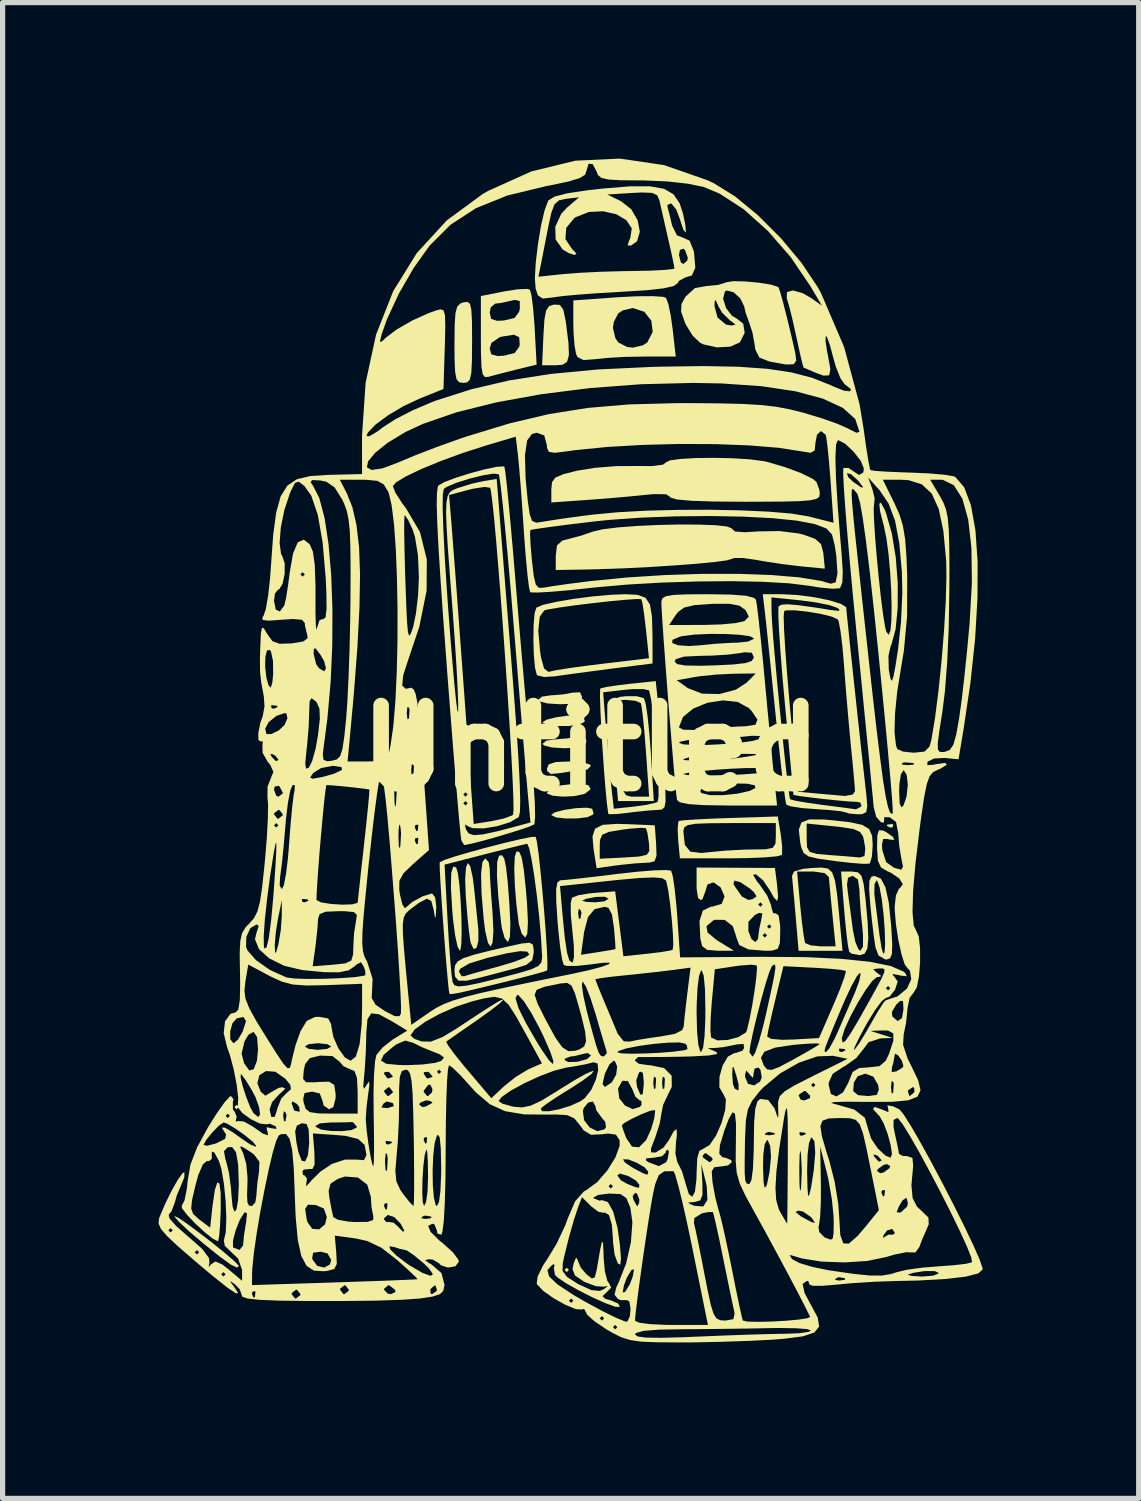
<source format=kicad_pcb>
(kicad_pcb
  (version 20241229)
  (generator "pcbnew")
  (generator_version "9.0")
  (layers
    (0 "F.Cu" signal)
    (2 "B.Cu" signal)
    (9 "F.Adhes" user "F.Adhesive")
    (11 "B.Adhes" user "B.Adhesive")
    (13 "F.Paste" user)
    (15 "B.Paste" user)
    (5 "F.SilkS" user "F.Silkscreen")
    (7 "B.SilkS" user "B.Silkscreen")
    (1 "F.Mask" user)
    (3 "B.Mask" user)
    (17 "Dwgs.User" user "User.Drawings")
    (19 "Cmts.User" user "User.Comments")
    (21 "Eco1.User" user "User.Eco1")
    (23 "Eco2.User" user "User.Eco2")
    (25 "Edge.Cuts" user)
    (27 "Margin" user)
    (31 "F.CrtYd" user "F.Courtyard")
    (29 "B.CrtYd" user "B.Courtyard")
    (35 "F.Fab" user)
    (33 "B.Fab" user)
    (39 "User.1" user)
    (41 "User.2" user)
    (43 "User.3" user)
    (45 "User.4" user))
  (footprint "Untitled"
    (layer "F.Cu")
    (at 8.316 11.342)
    (property "Reference" "Untitled" (at 0 0 0) (layer "F.SilkS") (effects (font (size 1.5 1.5) (thickness 0.3))))
    (attr board_only exclude_from_pos_files exclude_from_bom)
    (fp_poly (pts (xy -6.773 6.9) (xy -6.816 6.943) (xy -6.858 6.9) (xy -6.816 6.858)) (stroke (width 0) (type solid)) (fill yes) (layer "F.SilkS"))
    (fp_poly (pts (xy -0.423 10.033) (xy -0.466 10.075) (xy -0.508 10.033) (xy -0.466 9.991)) (stroke (width 0) (type solid)) (fill yes) (layer "F.SilkS"))
    (fp_poly (pts (xy 5.814 1.468) (xy 5.802 1.518) (xy 5.757 1.524) (xy 5.688 1.493) (xy 5.701 1.468) (xy 5.801 1.457)) (stroke (width 0) (type solid)) (fill yes) (layer "F.SilkS"))
    (fp_poly (pts (xy -0.169 -0.984) (xy -0.206 -0.899) (xy -0.341 -0.857) (xy -0.593 -0.847) (xy -0.834 -0.862) (xy -0.987 -0.901) (xy -1.016 -0.931) (xy -0.943 -0.993) (xy -0.783 -1.017) (xy -0.529 -1.037) (xy -0.36 -1.069) (xy -0.21 -1.077)) (stroke (width 0) (type solid)) (fill yes) (layer "F.SilkS"))
    (fp_poly (pts (xy -0.085 -0.137) (xy -0.122 -0.052) (xy -0.257 -0.011) (xy -0.508 0) (xy -0.749 -0.015) (xy -0.903 -0.054) (xy -0.931 -0.085) (xy -0.858 -0.146) (xy -0.699 -0.17) (xy -0.445 -0.191) (xy -0.275 -0.223) (xy -0.125 -0.231)) (stroke (width 0) (type solid)) (fill yes) (layer "F.SilkS"))
    (fp_poly (pts (xy -0.182 0.269) (xy -0.029 0.308) (xy 0 0.339) (xy -0.07 0.409) (xy -0.159 0.423) (xy -0.356 0.44) (xy -0.582 0.476) (xy -0.77 0.495) (xy -0.841 0.44) (xy -0.847 0.392) (xy -0.81 0.307) (xy -0.676 0.265) (xy -0.423 0.254)) (stroke (width 0) (type solid)) (fill yes) (layer "F.SilkS"))
    (fp_poly (pts (xy -0.147 -0.616) (xy -0.119 -0.527) (xy -0.131 -0.502) (xy -0.233 -0.454) (xy -0.427 -0.429) (xy -0.649 -0.427) (xy -0.838 -0.447) (xy -0.93 -0.491) (xy -0.931 -0.499) (xy -0.857 -0.549) (xy -0.678 -0.594) (xy -0.456 -0.626) (xy -0.255 -0.635)) (stroke (width 0) (type solid)) (fill yes) (layer "F.SilkS"))
    (fp_poly (pts (xy -0.052 0.709) (xy -0.005 0.784) (xy -0.109 0.87) (xy -0.134 0.88) (xy -0.317 0.92) (xy -0.538 0.93) (xy -0.733 0.913) (xy -0.841 0.872) (xy -0.847 0.857) (xy -0.77 0.776) (xy -0.573 0.713) (xy -0.303 0.68) (xy -0.233 0.678)) (stroke (width 0) (type solid)) (fill yes) (layer "F.SilkS"))
    (fp_poly (pts (xy 0.023 1.162) (xy 0.05 1.251) (xy 0.039 1.276) (xy -0.064 1.324) (xy -0.258 1.349) (xy -0.48 1.351) (xy -0.669 1.331) (xy -0.76 1.287) (xy -0.762 1.279) (xy -0.688 1.229) (xy -0.508 1.184) (xy -0.286 1.152) (xy -0.086 1.143)) (stroke (width 0) (type solid)) (fill yes) (layer "F.SilkS"))
    (fp_poly (pts (xy -0.598 -8.527) (xy -0.532 -8.437) (xy -0.487 -8.226) (xy -0.478 -8.163) (xy -0.432 -7.793) (xy -0.424 -7.559) (xy -0.46 -7.43) (xy -0.549 -7.376) (xy -0.681 -7.366) (xy -0.939 -7.366) (xy -0.914 -7.938) (xy -0.895 -8.245) (xy -0.862 -8.421) (xy -0.803 -8.505) (xy -0.711 -8.534)) (stroke (width 0) (type solid)) (fill yes) (layer "F.SilkS"))
    (fp_poly (pts (xy -2.592 2.293) (xy -2.559 2.401) (xy -2.53 2.624) (xy -2.508 2.915) (xy -2.492 3.232) (xy -2.487 3.529) (xy -2.493 3.762) (xy -2.512 3.885) (xy -2.522 3.895) (xy -2.565 3.816) (xy -2.611 3.607) (xy -2.651 3.303) (xy -2.667 3.128) (xy -2.693 2.681) (xy -2.687 2.397) (xy -2.649 2.274)) (stroke (width 0) (type solid)) (fill yes) (layer "F.SilkS"))
    (fp_poly (pts (xy -1.967 2.189) (xy -1.947 2.316) (xy -1.94 2.496) (xy -1.922 2.785) (xy -1.896 3.125) (xy -1.893 3.162) (xy -1.876 3.517) (xy -1.892 3.737) (xy -1.93 3.815) (xy -1.98 3.745) (xy -2.033 3.517) (xy -2.062 3.29) (xy -2.105 2.782) (xy -2.113 2.411) (xy -2.086 2.186) (xy -2.032 2.117)) (stroke (width 0) (type solid)) (fill yes) (layer "F.SilkS"))
    (fp_poly (pts (xy -1.379 1.992) (xy -1.333 2.099) (xy -1.293 2.324) (xy -1.254 2.688) (xy -1.229 2.985) (xy -1.212 3.343) (xy -1.224 3.567) (xy -1.263 3.641) (xy -1.331 3.567) (xy -1.385 3.387) (xy -1.389 3.365) (xy -1.435 2.995) (xy -1.464 2.632) (xy -1.475 2.315) (xy -1.465 2.087) (xy -1.434 1.986)) (stroke (width 0) (type solid)) (fill yes) (layer "F.SilkS"))
    (fp_poly (pts (xy -7.935 9.031) (xy -7.767 9.146) (xy -7.541 9.313) (xy -7.293 9.504) (xy -7.059 9.692) (xy -6.876 9.848) (xy -6.78 9.944) (xy -6.773 9.958) (xy -6.809 9.988) (xy -6.926 9.931) (xy -7.139 9.777) (xy -7.462 9.519) (xy -7.474 9.508) (xy -7.725 9.294) (xy -7.911 9.121) (xy -8.005 9.015) (xy -8.009 8.997)) (stroke (width 0) (type solid)) (fill yes) (layer "F.SilkS"))
    (fp_poly (pts (xy -1.667 2.124) (xy -1.632 2.291) (xy -1.6 2.581) (xy -1.569 2.985) (xy -1.55 3.372) (xy -1.558 3.623) (xy -1.593 3.724) (xy -1.599 3.725) (xy -1.66 3.65) (xy -1.713 3.461) (xy -1.727 3.365) (xy -1.782 2.851) (xy -1.808 2.452) (xy -1.803 2.185) (xy -1.767 2.067) (xy -1.765 2.066) (xy -1.71 2.057)) (stroke (width 0) (type solid)) (fill yes) (layer "F.SilkS"))
    (fp_poly (pts (xy -2.322 2.267) (xy -2.274 2.483) (xy -2.248 2.688) (xy -2.213 3.025) (xy -2.18 3.349) (xy -2.165 3.492) (xy -2.165 3.709) (xy -2.201 3.841) (xy -2.257 3.861) (xy -2.312 3.744) (xy -2.32 3.708) (xy -2.345 3.531) (xy -2.375 3.243) (xy -2.403 2.902) (xy -2.407 2.857) (xy -2.419 2.511) (xy -2.403 2.29) (xy -2.368 2.206)) (stroke (width 0) (type solid)) (fill yes) (layer "F.SilkS"))
    (fp_poly (pts (xy -2.327 -8.548) (xy -2.3 -8.43) (xy -2.288 -8.204) (xy -2.286 -7.839) (xy -2.286 -7.824) (xy -2.289 -7.452) (xy -2.301 -7.218) (xy -2.33 -7.09) (xy -2.381 -7.037) (xy -2.455 -7.027) (xy -2.536 -7.04) (xy -2.586 -7.1) (xy -2.613 -7.241) (xy -2.623 -7.493) (xy -2.625 -7.779) (xy -2.621 -8.141) (xy -2.606 -8.369) (xy -2.572 -8.495) (xy -2.511 -8.556) (xy -2.455 -8.576) (xy -2.377 -8.586)) (stroke (width 0) (type solid)) (fill yes) (layer "F.SilkS"))
    (fp_poly (pts (xy 0.72 1.46) (xy 1.228 1.482) (xy 1.254 1.841) (xy 1.261 2.067) (xy 1.224 2.172) (xy 1.121 2.2) (xy 1.075 2.201) (xy 0.862 2.213) (xy 0.58 2.242) (xy 0.49 2.253) (xy 0.109 2.306) (xy 0.051 1.943) (xy 0.045 1.875) (xy 0.169 1.875) (xy 0.169 2.125) (xy 0.656 2.1) (xy 0.929 2.082) (xy 1.072 2.049) (xy 1.122 1.979) (xy 1.118 1.847) (xy 1.115 1.821) (xy 1.087 1.632) (xy 1.057 1.537) (xy 0.963 1.53) (xy 0.757 1.546) (xy 0.598 1.566) (xy 0.345 1.608) (xy 0.218 1.663) (xy 0.174 1.764) (xy 0.169 1.875) (xy 0.045 1.875) (xy 0.03 1.698) (xy 0.078 1.548) (xy 0.224 1.473) (xy 0.494 1.454)) (stroke (width 0) (type solid)) (fill yes) (layer "F.SilkS"))
    (fp_poly (pts (xy 1.386 -8.683) (xy 1.443 -8.665) (xy 1.488 -8.548) (xy 1.536 -8.317) (xy 1.571 -8.065) (xy 1.631 -7.535) (xy 1.006 -7.534) (xy 0.647 -7.527) (xy 0.311 -7.508) (xy 0.076 -7.483) (xy -0.144 -7.467) (xy -0.255 -7.522) (xy -0.284 -7.576) (xy -0.315 -7.74) (xy -0.335 -8) (xy -0.337 -8.086) (xy 0.423 -8.086) (xy 0.469 -7.891) (xy 0.525 -7.806) (xy 0.69 -7.721) (xy 0.804 -7.705) (xy 0.999 -7.751) (xy 1.084 -7.806) (xy 1.188 -8.009) (xy 1.161 -8.224) (xy 1.027 -8.395) (xy 0.809 -8.467) (xy 0.804 -8.467) (xy 0.61 -8.421) (xy 0.525 -8.365) (xy 0.44 -8.2) (xy 0.423 -8.086) (xy -0.337 -8.086) (xy -0.339 -8.166) (xy -0.339 -8.614) (xy 0.517 -8.675) (xy 0.884 -8.694) (xy 1.187 -8.696)) (stroke (width 0) (type solid)) (fill yes) (layer "F.SilkS"))
    (fp_poly (pts (xy 5.576 2.507) (xy 5.664 2.673) (xy 5.729 2.971) (xy 5.775 3.419) (xy 5.777 3.45) (xy 5.795 3.768) (xy 5.789 3.953) (xy 5.754 4.04) (xy 5.682 4.064) (xy 5.668 4.064) (xy 5.531 3.987) (xy 5.473 3.831) (xy 5.442 3.625) (xy 5.405 3.321) (xy 5.375 3.027) (xy 5.357 2.797) (xy 5.451 2.797) (xy 5.457 2.857) (xy 5.494 3.146) (xy 5.536 3.482) (xy 5.549 3.585) (xy 5.59 3.847) (xy 5.624 3.954) (xy 5.648 3.922) (xy 5.658 3.767) (xy 5.651 3.502) (xy 5.631 3.222) (xy 5.594 2.907) (xy 5.55 2.668) (xy 5.506 2.547) (xy 5.494 2.54) (xy 5.454 2.614) (xy 5.451 2.797) (xy 5.357 2.797) (xy 5.351 2.72) (xy 5.356 2.547) (xy 5.395 2.47) (xy 5.456 2.455)) (stroke (width 0) (type solid)) (fill yes) (layer "F.SilkS"))
    (fp_poly (pts (xy 4.555 2.312) (xy 4.638 2.384) (xy 4.693 2.538) (xy 4.733 2.799) (xy 4.773 3.195) (xy 4.785 3.323) (xy 4.839 3.895) (xy 4.417 3.895) (xy 3.994 3.895) (xy 3.938 3.239) (xy 3.909 2.908) (xy 3.884 2.634) (xy 3.868 2.469) (xy 3.867 2.455) (xy 3.907 2.371) (xy 3.965 2.371) (xy 4.025 3.027) (xy 4.058 3.346) (xy 4.091 3.598) (xy 4.117 3.736) (xy 4.122 3.747) (xy 4.223 3.79) (xy 4.419 3.81) (xy 4.432 3.81) (xy 4.706 3.81) (xy 4.644 3.196) (xy 4.613 2.88) (xy 4.589 2.624) (xy 4.577 2.481) (xy 4.577 2.477) (xy 4.496 2.401) (xy 4.287 2.371) (xy 4.268 2.371) (xy 3.965 2.371) (xy 3.907 2.371) (xy 3.908 2.37) (xy 4.073 2.32) (xy 4.247 2.303) (xy 4.429 2.294)) (stroke (width 0) (type solid)) (fill yes) (layer "F.SilkS"))
    (fp_poly (pts (xy 5.133 2.385) (xy 5.203 2.453) (xy 5.246 2.614) (xy 5.28 2.891) (xy 5.322 3.346) (xy 5.335 3.657) (xy 5.317 3.85) (xy 5.265 3.95) (xy 5.177 3.979) (xy 5.17 3.979) (xy 5.016 3.951) (xy 4.968 3.916) (xy 4.945 3.808) (xy 4.915 3.573) (xy 4.883 3.256) (xy 4.871 3.111) (xy 4.831 2.622) (xy 4.925 2.622) (xy 4.941 2.773) (xy 4.981 3.063) (xy 5.026 3.399) (xy 5.038 3.493) (xy 5.086 3.727) (xy 5.148 3.872) (xy 5.182 3.895) (xy 5.233 3.814) (xy 5.232 3.575) (xy 5.22 3.45) (xy 5.188 3.133) (xy 5.168 2.837) (xy 5.165 2.731) (xy 5.135 2.524) (xy 5.039 2.456) (xy 5.03 2.455) (xy 4.945 2.49) (xy 4.925 2.622) (xy 4.831 2.622) (xy 4.811 2.371) (xy 5.018 2.371)) (stroke (width 0) (type solid)) (fill yes) (layer "F.SilkS"))
    (fp_poly (pts (xy 3.65 1.651) (xy 3.677 1.88) (xy 3.676 2.033) (xy 3.669 2.053) (xy 3.574 2.078) (xy 3.345 2.099) (xy 3.018 2.112) (xy 2.671 2.117) (xy 1.711 2.117) (xy 1.678 1.772) (xy 1.67 1.602) (xy 1.778 1.602) (xy 1.806 1.859) (xy 1.911 1.988) (xy 2.125 2.014) (xy 2.268 1.999) (xy 2.591 1.968) (xy 2.96 1.949) (xy 3.102 1.947) (xy 3.364 1.943) (xy 3.499 1.913) (xy 3.549 1.835) (xy 3.556 1.693) (xy 3.556 1.439) (xy 2.667 1.439) (xy 2.27 1.442) (xy 2.012 1.452) (xy 1.864 1.477) (xy 1.796 1.52) (xy 1.778 1.588) (xy 1.778 1.602) (xy 1.67 1.602) (xy 1.668 1.55) (xy 1.681 1.414) (xy 1.691 1.398) (xy 1.789 1.385) (xy 2.02 1.369) (xy 2.348 1.353) (xy 2.665 1.341) (xy 3.593 1.312)) (stroke (width 0) (type solid)) (fill yes) (layer "F.SilkS"))
    (fp_poly (pts (xy -1.115 3.779) (xy -1.101 3.881) (xy -1.101 3.934) (xy -1.129 4.074) (xy -1.241 4.165) (xy -1.46 4.235) (xy -1.769 4.316) (xy -2.069 4.395) (xy -2.117 4.408) (xy -2.395 4.471) (xy -2.55 4.469) (xy -2.614 4.391) (xy -2.623 4.295) (xy -2.54 4.295) (xy -2.486 4.385) (xy -2.434 4.382) (xy -2.303 4.342) (xy -2.06 4.274) (xy -1.759 4.192) (xy -1.757 4.191) (xy -1.474 4.106) (xy -1.27 4.027) (xy -1.186 3.969) (xy -1.185 3.967) (xy -1.226 3.911) (xy -1.361 3.902) (xy -1.615 3.943) (xy -1.993 4.032) (xy -2.338 4.138) (xy -2.514 4.24) (xy -2.54 4.295) (xy -2.623 4.295) (xy -2.625 4.279) (xy -2.615 4.179) (xy -2.567 4.103) (xy -2.454 4.037) (xy -2.248 3.97) (xy -1.924 3.888) (xy -1.609 3.816) (xy -1.33 3.755) (xy -1.178 3.74)) (stroke (width 0) (type solid)) (fill yes) (layer "F.SilkS"))
    (fp_poly (pts (xy 0.881 -1.001) (xy 1.016 -0.964) (xy 1.021 -0.959) (xy 1.054 -0.851) (xy 1.09 -0.61) (xy 1.124 -0.275) (xy 1.15 0.064) (xy 1.209 1.016) (xy 0.866 1.016) (xy 0.522 1.016) (xy 0.463 0.36) (xy 0.419 -0.14) (xy 0.394 -0.496) (xy 0.391 -0.734) (xy 0.411 -0.854) (xy 0.437 -0.854) (xy 0.445 -0.683) (xy 0.455 -0.614) (xy 0.486 -0.364) (xy 0.523 -0.023) (xy 0.555 0.318) (xy 0.586 0.633) (xy 0.62 0.816) (xy 0.675 0.903) (xy 0.769 0.93) (xy 0.864 0.931) (xy 1.119 0.931) (xy 1.058 0.064) (xy 1.029 -0.305) (xy 0.999 -0.609) (xy 0.973 -0.81) (xy 0.959 -0.868) (xy 0.856 -0.913) (xy 0.665 -0.931) (xy 0.499 -0.92) (xy 0.437 -0.854) (xy 0.411 -0.854) (xy 0.415 -0.879) (xy 0.469 -0.955) (xy 0.557 -0.988) (xy 0.667 -1.001)) (stroke (width 0) (type solid)) (fill yes) (layer "F.SilkS"))
    (fp_poly (pts (xy 4.483 1.37) (xy 4.606 1.381) (xy 4.982 1.422) (xy 5.22 1.474) (xy 5.352 1.555) (xy 5.408 1.684) (xy 5.419 1.867) (xy 5.404 2.082) (xy 5.367 2.209) (xy 5.355 2.219) (xy 5.245 2.223) (xy 5.016 2.206) (xy 4.714 2.172) (xy 4.685 2.168) (xy 4.371 2.124) (xy 4.186 2.08) (xy 4.09 2.013) (xy 4.044 1.903) (xy 4.024 1.805) (xy 4.017 1.735) (xy 4.149 1.735) (xy 4.156 1.903) (xy 4.207 1.992) (xy 4.343 2.032) (xy 4.593 2.054) (xy 4.873 2.075) (xy 5.096 2.094) (xy 5.171 2.101) (xy 5.261 2.073) (xy 5.276 1.934) (xy 5.266 1.856) (xy 5.236 1.703) (xy 5.176 1.609) (xy 5.049 1.554) (xy 4.814 1.516) (xy 4.593 1.493) (xy 4.149 1.447) (xy 4.149 1.735) (xy 4.017 1.735) (xy 3.998 1.566) (xy 4.048 1.427) (xy 4.2 1.368)) (stroke (width 0) (type solid)) (fill yes) (layer "F.SilkS"))
    (fp_poly (pts (xy 2.084 -4.302) (xy 2.401 -4.29) (xy 2.621 -4.265) (xy 2.709 -4.229) (xy 2.709 -4.226) (xy 2.768 -4.17) (xy 2.958 -4.155) (xy 3.215 -4.171) (xy 3.622 -4.178) (xy 3.995 -4.132) (xy 4.083 -4.11) (xy 4.313 -4.028) (xy 4.425 -3.927) (xy 4.469 -3.761) (xy 4.472 -3.73) (xy 4.499 -3.455) (xy 4.049 -3.498) (xy 3.683 -3.542) (xy 3.3 -3.601) (xy 3.175 -3.624) (xy 2.926 -3.659) (xy 2.753 -3.659) (xy 2.709 -3.642) (xy 2.613 -3.614) (xy 2.378 -3.582) (xy 2.034 -3.549) (xy 1.612 -3.517) (xy 1.141 -3.487) (xy 0.652 -3.462) (xy 0.175 -3.445) (xy -0.106 -3.438) (xy -0.677 -3.429) (xy -0.677 -3.703) (xy -0.653 -3.901) (xy -0.551 -3.994) (xy -0.445 -4.022) (xy -0.188 -4.09) (xy 0.042 -4.169) (xy 0.227 -4.212) (xy 0.519 -4.248) (xy 0.885 -4.276) (xy 1.291 -4.295) (xy 1.702 -4.304)) (stroke (width 0) (type solid)) (fill yes) (layer "F.SilkS"))
    (fp_poly (pts (xy 2.728 -5.578) (xy 3.058 -5.557) (xy 3.32 -5.523) (xy 3.387 -5.509) (xy 3.74 -5.405) (xy 4.048 -5.29) (xy 4.266 -5.182) (xy 4.338 -5.122) (xy 4.394 -4.968) (xy 4.401 -4.889) (xy 4.389 -4.835) (xy 4.336 -4.796) (xy 4.218 -4.77) (xy 4.012 -4.753) (xy 3.695 -4.745) (xy 3.244 -4.742) (xy 2.963 -4.741) (xy 2.366 -4.746) (xy 1.932 -4.76) (xy 1.656 -4.785) (xy 1.532 -4.82) (xy 1.524 -4.834) (xy 1.447 -4.885) (xy 1.214 -4.889) (xy 1.037 -4.873) (xy 0.697 -4.839) (xy 0.28 -4.803) (xy -0.106 -4.774) (xy -0.762 -4.728) (xy -0.762 -4.975) (xy -0.749 -5.117) (xy -0.685 -5.206) (xy -0.529 -5.272) (xy -0.275 -5.337) (xy 0.075 -5.394) (xy 0.493 -5.427) (xy 0.826 -5.429) (xy 1.179 -5.428) (xy 1.387 -5.455) (xy 1.439 -5.497) (xy 1.517 -5.537) (xy 1.725 -5.565) (xy 2.022 -5.582) (xy 2.37 -5.586)) (stroke (width 0) (type solid)) (fill yes) (layer "F.SilkS"))
    (fp_poly (pts (xy -1.174 -8.82) (xy -1.144 -8.714) (xy -1.114 -8.483) (xy -1.088 -8.171) (xy -1.082 -8.071) (xy -1.045 -7.379) (xy -1.433 -7.284) (xy -1.699 -7.217) (xy -1.914 -7.16) (xy -1.968 -7.145) (xy -2.038 -7.139) (xy -2.081 -7.193) (xy -2.105 -7.334) (xy -2.115 -7.593) (xy -2.116 -7.689) (xy -1.947 -7.689) (xy -1.916 -7.577) (xy -1.793 -7.544) (xy -1.672 -7.551) (xy -1.467 -7.602) (xy -1.379 -7.722) (xy -1.37 -7.768) (xy -1.38 -7.907) (xy -1.482 -7.954) (xy -1.705 -7.919) (xy -1.757 -7.905) (xy -1.914 -7.798) (xy -1.947 -7.689) (xy -2.116 -7.689) (xy -2.117 -7.899) (xy -2.117 -8.377) (xy -1.947 -8.377) (xy -1.919 -8.258) (xy -1.804 -8.221) (xy -1.672 -8.228) (xy -1.469 -8.277) (xy -1.381 -8.396) (xy -1.368 -8.457) (xy -1.369 -8.602) (xy -1.464 -8.624) (xy -1.538 -8.607) (xy -1.737 -8.564) (xy -1.841 -8.552) (xy -1.927 -8.481) (xy -1.947 -8.377) (xy -2.117 -8.377) (xy -2.117 -8.698) (xy -1.672 -8.787) (xy -1.414 -8.827) (xy -1.229 -8.835)) (stroke (width 0) (type solid)) (fill yes) (layer "F.SilkS"))
    (fp_poly (pts (xy 0.898 -2.951) (xy 1.049 -2.895) (xy 1.135 -2.765) (xy 1.174 -2.53) (xy 1.184 -2.159) (xy 1.184 -2.107) (xy 1.185 -1.631) (xy 0.402 -1.532) (xy 0.015 -1.481) (xy -0.344 -1.433) (xy -0.618 -1.395) (xy -0.688 -1.384) (xy -0.9 -1.371) (xy -1.031 -1.401) (xy -1.041 -1.412) (xy -1.076 -1.549) (xy -1.098 -1.79) (xy -1.107 -2.081) (xy -1.104 -2.262) (xy -1.013 -2.262) (xy -0.978 -1.864) (xy -0.961 -1.752) (xy -0.901 -1.533) (xy -0.816 -1.469) (xy -0.792 -1.475) (xy -0.664 -1.503) (xy -0.408 -1.543) (xy -0.065 -1.59) (xy 0.22 -1.625) (xy 1.116 -1.732) (xy 1.058 -2.284) (xy 1.024 -2.57) (xy 0.992 -2.781) (xy 0.97 -2.867) (xy 0.879 -2.871) (xy 0.662 -2.856) (xy 0.362 -2.828) (xy 0.021 -2.79) (xy -0.319 -2.748) (xy -0.616 -2.706) (xy -0.826 -2.67) (xy -0.897 -2.652) (xy -0.985 -2.53) (xy -1.013 -2.262) (xy -1.104 -2.262) (xy -1.103 -2.367) (xy -1.084 -2.594) (xy -1.051 -2.704) (xy -0.923 -2.758) (xy -0.67 -2.816) (xy -0.337 -2.873) (xy 0.031 -2.921) (xy 0.389 -2.953) (xy 0.663 -2.963)) (stroke (width 0) (type solid)) (fill yes) (layer "F.SilkS"))
    (fp_poly (pts (xy 1.298 -0.794) (xy 1.33 -0.464) (xy 1.367 -0.047) (xy 1.401 0.376) (xy 1.406 0.445) (xy 1.431 0.799) (xy 1.436 1.018) (xy 1.415 1.133) (xy 1.365 1.178) (xy 1.293 1.185) (xy 1.107 1.197) (xy 0.84 1.225) (xy 0.731 1.239) (xy 0.5 1.265) (xy 0.356 1.268) (xy 0.333 1.26) (xy 0.307 1.061) (xy 0.278 0.759) (xy 0.249 0.393) (xy 0.222 -0.002) (xy 0.199 -0.389) (xy 0.182 -0.731) (xy 0.174 -0.992) (xy 0.176 -1.076) (xy 0.234 -1.076) (xy 0.289 -0.39) (xy 0.322 0.005) (xy 0.358 0.4) (xy 0.39 0.712) (xy 0.391 0.729) (xy 0.44 1.163) (xy 0.834 1.121) (xy 1.08 1.086) (xy 1.25 1.045) (xy 1.285 1.027) (xy 1.301 0.927) (xy 1.299 0.699) (xy 1.284 0.383) (xy 1.259 0.021) (xy 1.227 -0.349) (xy 1.192 -0.686) (xy 1.155 -0.949) (xy 1.122 -1.098) (xy 1.113 -1.115) (xy 1.004 -1.139) (xy 0.787 -1.137) (xy 0.646 -1.124) (xy 0.234 -1.076) (xy 0.176 -1.076) (xy 0.177 -1.135) (xy 0.182 -1.151) (xy 0.291 -1.178) (xy 0.516 -1.212) (xy 0.743 -1.239) (xy 1.246 -1.292)) (stroke (width 0) (type solid)) (fill yes) (layer "F.SilkS"))
    (fp_poly (pts (xy 2.964 -8.979) (xy 3.227 -8.955) (xy 3.46 -8.918) (xy 3.598 -8.874) (xy 3.607 -8.868) (xy 3.64 -8.775) (xy 3.7 -8.557) (xy 3.778 -8.253) (xy 3.862 -7.901) (xy 3.931 -7.599) (xy 3.948 -7.455) (xy 3.899 -7.386) (xy 3.751 -7.381) (xy 3.475 -7.43) (xy 3.429 -7.44) (xy 3.239 -7.515) (xy 3.162 -7.668) (xy 3.151 -7.747) (xy 3.107 -7.994) (xy 3.049 -8.17) (xy 2.972 -8.388) (xy 2.947 -8.5) (xy 2.873 -8.653) (xy 2.743 -8.77) (xy 2.615 -8.805) (xy 2.576 -8.785) (xy 2.542 -8.649) (xy 2.598 -8.469) (xy 2.712 -8.318) (xy 2.793 -8.273) (xy 2.929 -8.167) (xy 2.957 -7.99) (xy 2.866 -7.81) (xy 2.862 -7.806) (xy 2.681 -7.725) (xy 2.423 -7.711) (xy 2.165 -7.768) (xy 2.104 -7.796) (xy 1.958 -7.933) (xy 1.824 -8.15) (xy 1.809 -8.185) (xy 1.734 -8.398) (xy 1.739 -8.505) (xy 2.376 -8.505) (xy 2.435 -8.285) (xy 2.597 -8.149) (xy 2.705 -8.131) (xy 2.78 -8.148) (xy 2.706 -8.209) (xy 2.683 -8.222) (xy 2.526 -8.373) (xy 2.455 -8.495) (xy 2.399 -8.622) (xy 2.38 -8.594) (xy 2.376 -8.505) (xy 1.739 -8.505) (xy 1.741 -8.544) (xy 1.818 -8.686) (xy 2 -8.851) (xy 2.224 -8.891) (xy 2.451 -8.913) (xy 2.608 -8.963) (xy 2.736 -8.984)) (stroke (width 0) (type solid)) (fill yes) (layer "F.SilkS"))
    (fp_poly (pts (xy -1.039 1.8) (xy -1.007 2.027) (xy -0.972 2.349) (xy -0.935 2.73) (xy -0.9 3.134) (xy -0.87 3.525) (xy -0.848 3.867) (xy -0.837 4.124) (xy -0.84 4.262) (xy -0.845 4.275) (xy -0.945 4.308) (xy -1.167 4.369) (xy -1.469 4.447) (xy -1.569 4.472) (xy -2.03 4.585) (xy -2.352 4.662) (xy -2.558 4.708) (xy -2.672 4.727) (xy -2.718 4.726) (xy -2.722 4.722) (xy -2.737 4.626) (xy -2.759 4.399) (xy -2.787 4.077) (xy -2.817 3.696) (xy -2.847 3.293) (xy -2.874 2.906) (xy -2.895 2.57) (xy -2.908 2.322) (xy -2.909 2.238) (xy -2.815 2.238) (xy -2.758 3.299) (xy -2.733 3.717) (xy -2.706 4.08) (xy -2.681 4.352) (xy -2.661 4.495) (xy -2.66 4.498) (xy -2.627 4.557) (xy -2.55 4.58) (xy -2.4 4.567) (xy -2.147 4.515) (xy -1.776 4.424) (xy -1.396 4.326) (xy -1.152 4.253) (xy -1.014 4.188) (xy -0.953 4.117) (xy -0.939 4.023) (xy -0.94 3.99) (xy -0.961 3.632) (xy -0.996 3.233) (xy -1.041 2.828) (xy -1.091 2.451) (xy -1.142 2.138) (xy -1.188 1.921) (xy -1.225 1.836) (xy -1.228 1.836) (xy -1.343 1.863) (xy -1.58 1.922) (xy -1.897 2.002) (xy -2.064 2.045) (xy -2.815 2.238) (xy -2.909 2.238) (xy -2.909 2.198) (xy -2.908 2.192) (xy -2.821 2.149) (xy -2.611 2.079) (xy -2.319 1.994) (xy -1.986 1.903) (xy -1.653 1.818) (xy -1.361 1.749) (xy -1.15 1.707) (xy -1.063 1.703)) (stroke (width 0) (type solid)) (fill yes) (layer "F.SilkS"))
    (fp_poly (pts (xy 2.786 2.298) (xy 3.539 2.302) (xy 3.578 2.611) (xy 3.6 2.855) (xy 3.581 2.938) (xy 3.515 2.865) (xy 3.438 2.727) (xy 3.308 2.537) (xy 3.174 2.425) (xy 3.17 2.423) (xy 3.118 2.434) (xy 3.192 2.557) (xy 3.252 2.631) (xy 3.394 2.84) (xy 3.468 3.027) (xy 3.471 3.059) (xy 3.505 3.172) (xy 3.556 3.175) (xy 3.61 3.215) (xy 3.638 3.399) (xy 3.641 3.509) (xy 3.634 3.745) (xy 3.593 3.857) (xy 3.482 3.892) (xy 3.351 3.895) (xy 3.031 3.869) (xy 2.853 3.784) (xy 2.794 3.631) (xy 2.794 3.62) (xy 2.758 3.511) (xy 3.027 3.511) (xy 3.086 3.667) (xy 3.162 3.728) (xy 3.214 3.669) (xy 3.218 3.619) (xy 3.221 3.598) (xy 3.302 3.598) (xy 3.344 3.641) (xy 3.387 3.598) (xy 3.344 3.556) (xy 3.302 3.598) (xy 3.221 3.598) (xy 3.24 3.458) (xy 3.247 3.429) (xy 3.387 3.429) (xy 3.429 3.471) (xy 3.471 3.429) (xy 3.429 3.387) (xy 3.387 3.429) (xy 3.247 3.429) (xy 3.273 3.314) (xy 3.297 3.175) (xy 3.233 3.167) (xy 3.156 3.205) (xy 3.029 3.336) (xy 3.027 3.511) (xy 2.758 3.511) (xy 2.729 3.422) (xy 2.572 3.301) (xy 2.381 3.299) (xy 2.351 3.313) (xy 2.221 3.422) (xy 2.243 3.543) (xy 2.421 3.691) (xy 2.477 3.726) (xy 2.752 3.894) (xy 2.444 3.894) (xy 2.235 3.878) (xy 2.139 3.805) (xy 2.104 3.662) (xy 2.088 3.322) (xy 2.152 3.122) (xy 2.302 3.049) (xy 2.325 3.048) (xy 2.471 3.006) (xy 3.217 3.006) (xy 3.26 3.048) (xy 3.302 3.006) (xy 3.26 2.963) (xy 3.217 3.006) (xy 2.471 3.006) (xy 2.514 2.993) (xy 2.57 2.851) (xy 2.494 2.676) (xy 2.397 2.606) (xy 2.741 2.606) (xy 2.76 2.646) (xy 2.902 2.85) (xy 3.028 2.917) (xy 3.11 2.902) (xy 3.185 2.849) (xy 3.135 2.767) (xy 3.052 2.695) (xy 2.874 2.576) (xy 2.76 2.545) (xy 2.741 2.606) (xy 2.397 2.606) (xy 2.358 2.579) (xy 2.241 2.62) (xy 2.201 2.752) (xy 2.148 2.894) (xy 2.117 2.921) (xy 2.061 2.883) (xy 2.033 2.705) (xy 2.032 2.634) (xy 2.032 2.294)) (stroke (width 0) (type solid)) (fill yes) (layer "F.SilkS"))
    (fp_poly (pts (xy 1.408 -10.76) (xy 1.589 -10.654) (xy 1.705 -10.483) (xy 1.768 -10.293) (xy 1.814 -10.075) (xy 1.826 -9.938) (xy 1.821 -9.921) (xy 1.78 -9.969) (xy 1.725 -10.132) (xy 1.715 -10.166) (xy 1.639 -10.365) (xy 1.549 -10.475) (xy 1.541 -10.479) (xy 1.47 -10.45) (xy 1.475 -10.4) (xy 1.519 -10.235) (xy 1.561 -10.054) (xy 1.655 -9.865) (xy 1.77 -9.821) (xy 1.897 -9.763) (xy 1.975 -9.571) (xy 1.984 -9.524) (xy 2.007 -9.242) (xy 1.941 -9.093) (xy 1.824 -9.059) (xy 1.695 -8.992) (xy 1.668 -8.946) (xy 1.592 -8.891) (xy 1.398 -8.846) (xy 1.071 -8.81) (xy 0.592 -8.78) (xy 0.579 -8.779) (xy 0.148 -8.754) (xy -0.245 -8.725) (xy -0.556 -8.696) (xy -0.737 -8.671) (xy -0.928 -8.65) (xy -1.021 -8.712) (xy -1.064 -8.841) (xy -1.079 -9.042) (xy -1.077 -9.07) (xy -1.01 -9.07) (xy -0.526 -9.121) (xy -0.217 -9.145) (xy 0.19 -9.165) (xy 0.624 -9.177) (xy 0.783 -9.179) (xy 1.134 -9.186) (xy 1.41 -9.2) (xy 1.576 -9.217) (xy 1.607 -9.229) (xy 1.589 -9.327) (xy 1.555 -9.488) (xy 1.693 -9.488) (xy 1.728 -9.347) (xy 1.778 -9.313) (xy 1.854 -9.382) (xy 1.863 -9.435) (xy 1.811 -9.579) (xy 1.778 -9.61) (xy 1.711 -9.584) (xy 1.693 -9.488) (xy 1.555 -9.488) (xy 1.543 -9.543) (xy 1.48 -9.821) (xy 1.409 -10.132) (xy 1.349 -10.396) (xy 1.316 -10.541) (xy 1.274 -10.637) (xy 1.177 -10.682) (xy 0.981 -10.69) (xy 0.796 -10.681) (xy 0.314 -10.651) (xy 0.581 -10.521) (xy 0.776 -10.367) (xy 0.899 -10.154) (xy 0.94 -9.933) (xy 0.887 -9.752) (xy 0.775 -9.67) (xy 0.704 -9.671) (xy 0.737 -9.773) (xy 0.756 -9.81) (xy 0.785 -9.999) (xy 0.682 -10.157) (xy 0.486 -10.272) (xy 0.234 -10.329) (xy -0.038 -10.315) (xy -0.291 -10.216) (xy -0.32 -10.198) (xy -0.475 -10.009) (xy -0.491 -9.792) (xy -0.364 -9.604) (xy -0.36 -9.601) (xy -0.278 -9.513) (xy -0.314 -9.488) (xy -0.429 -9.525) (xy -0.545 -9.595) (xy -0.679 -9.786) (xy -0.686 -10.031) (xy -0.571 -10.28) (xy -0.464 -10.395) (xy -0.229 -10.597) (xy -0.474 -10.569) (xy -0.613 -10.54) (xy -0.7 -10.463) (xy -0.762 -10.299) (xy -0.82 -10.033) (xy -0.882 -9.717) (xy -0.937 -9.436) (xy -0.965 -9.297) (xy -1.01 -9.07) (xy -1.077 -9.07) (xy -1.061 -9.345) (xy -1.019 -9.698) (xy -0.961 -10.047) (xy -0.893 -10.341) (xy -0.825 -10.525) (xy -0.816 -10.539) (xy -0.699 -10.611) (xy -0.454 -10.674) (xy -0.064 -10.733) (xy 0.223 -10.765) (xy 0.75 -10.808) (xy 1.137 -10.809)) (stroke (width 0) (type solid)) (fill yes) (layer "F.SilkS"))
    (fp_poly (pts (xy 3.979 -2.947) (xy 4.296 -2.905) (xy 4.586 -2.846) (xy 4.805 -2.779) (xy 4.908 -2.715) (xy 4.911 -2.704) (xy 4.919 -2.603) (xy 4.944 -2.362) (xy 4.98 -2.011) (xy 5.026 -1.578) (xy 5.078 -1.092) (xy 5.133 -0.583) (xy 5.188 -0.078) (xy 5.24 0.392) (xy 5.286 0.8) (xy 5.294 0.868) (xy 5.315 1.11) (xy 5.295 1.228) (xy 5.217 1.267) (xy 5.139 1.27) (xy 4.97 1.256) (xy 4.903 1.234) (xy 4.806 1.211) (xy 4.589 1.188) (xy 4.331 1.171) (xy 4.047 1.149) (xy 3.839 1.116) (xy 3.758 1.085) (xy 3.738 0.985) (xy 3.705 0.744) (xy 3.662 0.389) (xy 3.613 -0.055) (xy 3.56 -0.559) (xy 3.555 -0.61) (xy 3.5 -1.144) (xy 3.449 -1.645) (xy 3.404 -2.077) (xy 3.369 -2.408) (xy 3.347 -2.603) (xy 3.312 -2.902) (xy 3.471 -2.902) (xy 3.474 -2.615) (xy 3.483 -2.432) (xy 3.505 -2.129) (xy 3.539 -1.738) (xy 3.58 -1.288) (xy 3.626 -0.81) (xy 3.674 -0.333) (xy 3.72 0.112) (xy 3.763 0.494) (xy 3.798 0.784) (xy 3.823 0.952) (xy 3.831 0.98) (xy 3.925 1.007) (xy 4.142 1.045) (xy 4.435 1.087) (xy 4.451 1.089) (xy 4.751 1.128) (xy 4.982 1.158) (xy 5.095 1.174) (xy 5.096 1.175) (xy 5.189 1.126) (xy 5.204 1.106) (xy 5.179 1.042) (xy 5.103 1.03) (xy 4.963 1.023) (xy 4.73 1.002) (xy 4.456 0.974) (xy 4.191 0.942) (xy 3.988 0.915) (xy 3.896 0.896) (xy 3.895 0.895) (xy 3.887 0.811) (xy 3.866 0.583) (xy 3.833 0.237) (xy 3.792 -0.204) (xy 3.744 -0.713) (xy 3.728 -0.883) (xy 3.68 -1.414) (xy 3.643 -1.889) (xy 3.617 -2.281) (xy 3.605 -2.538) (xy 3.707 -2.538) (xy 3.714 -2.291) (xy 3.736 -1.922) (xy 3.771 -1.451) (xy 3.817 -0.903) (xy 3.873 -0.299) (xy 3.938 0.337) (xy 3.944 0.398) (xy 3.99 0.837) (xy 4.345 0.87) (xy 4.619 0.894) (xy 4.852 0.914) (xy 4.889 0.917) (xy 5.037 0.889) (xy 5.079 0.826) (xy 5.07 0.698) (xy 5.048 0.447) (xy 5.016 0.117) (xy 5 -0.042) (xy 4.957 -0.505) (xy 4.911 -1.034) (xy 4.872 -1.529) (xy 4.867 -1.609) (xy 4.836 -1.964) (xy 4.8 -2.254) (xy 4.765 -2.438) (xy 4.747 -2.479) (xy 4.63 -2.533) (xy 4.412 -2.586) (xy 4.154 -2.629) (xy 3.913 -2.654) (xy 3.75 -2.652) (xy 3.717 -2.638) (xy 3.707 -2.538) (xy 3.605 -2.538) (xy 3.604 -2.564) (xy 3.606 -2.713) (xy 3.61 -2.728) (xy 3.662 -2.761) (xy 3.779 -2.77) (xy 3.99 -2.752) (xy 4.321 -2.706) (xy 4.614 -2.659) (xy 4.771 -2.642) (xy 4.776 -2.673) (xy 4.735 -2.702) (xy 4.584 -2.754) (xy 4.324 -2.806) (xy 4.036 -2.844) (xy 3.471 -2.902) (xy 3.312 -2.902) (xy 3.305 -2.963) (xy 3.68 -2.963)) (stroke (width 0) (type solid)) (fill yes) (layer "F.SilkS"))
    (fp_poly (pts (xy -1.665 -5.416) (xy -1.648 -5.324) (xy -1.62 -5.086) (xy -1.584 -4.724) (xy -1.541 -4.261) (xy -1.493 -3.719) (xy -1.444 -3.133) (xy -1.388 -2.456) (xy -1.329 -1.764) (xy -1.27 -1.097) (xy -1.215 -0.493) (xy -1.167 0.006) (xy -1.142 0.253) (xy -1.103 0.677) (xy -1.08 1.04) (xy -1.074 1.31) (xy -1.086 1.453) (xy -1.093 1.465) (xy -1.191 1.509) (xy -1.404 1.581) (xy -1.682 1.666) (xy -1.975 1.751) (xy -2.233 1.819) (xy -2.408 1.858) (xy -2.437 1.861) (xy -2.48 1.797) (xy -2.495 1.757) (xy -2.508 1.651) (xy -2.533 1.396) (xy -2.563 1.058) (xy -2.455 1.058) (xy -2.413 1.101) (xy -2.371 1.058) (xy -2.413 1.016) (xy -2.455 1.058) (xy -2.563 1.058) (xy -2.567 1.009) (xy -2.577 0.889) (xy -2.455 0.889) (xy -2.413 0.931) (xy -2.371 0.889) (xy -2.413 0.847) (xy -2.455 0.889) (xy -2.577 0.889) (xy -2.609 0.511) (xy -2.647 0.042) (xy -2.514 0.042) (xy -2.509 0.267) (xy -2.497 0.366) (xy -2.48 0.319) (xy -2.465 0.062) (xy -2.479 -0.189) (xy -2.496 -0.259) (xy -2.509 -0.177) (xy -2.514 0.039) (xy -2.514 0.042) (xy -2.647 0.042) (xy -2.657 -0.082) (xy -2.709 -0.749) (xy -2.765 -1.471) (xy -2.778 -1.651) (xy -2.845 -2.548) (xy -2.896 -3.288) (xy -2.933 -3.881) (xy -2.956 -4.341) (xy -2.964 -4.619) (xy -2.852 -4.619) (xy -2.839 -4.213) (xy -2.812 -3.677) (xy -2.77 -3.025) (xy -2.746 -2.69) (xy -2.702 -2.112) (xy -2.66 -1.607) (xy -2.623 -1.194) (xy -2.592 -0.892) (xy -2.569 -0.721) (xy -2.556 -0.699) (xy -2.555 -0.701) (xy -2.553 -0.856) (xy -2.564 -1.15) (xy -2.585 -1.552) (xy -2.616 -2.034) (xy -2.654 -2.566) (xy -2.661 -2.656) (xy -2.713 -3.329) (xy -2.752 -3.852) (xy -2.776 -4.246) (xy -2.786 -4.53) (xy -2.779 -4.725) (xy -2.756 -4.849) (xy -2.744 -4.87) (xy -2.729 -4.87) (xy -2.679 -4.277) (xy -2.661 -4.04) (xy -2.632 -3.661) (xy -2.594 -3.169) (xy -2.551 -2.589) (xy -2.504 -1.95) (xy -2.454 -1.278) (xy -2.442 -1.114) (xy -2.255 1.456) (xy -1.91 1.401) (xy -1.677 1.351) (xy -1.519 1.293) (xy -1.497 1.277) (xy -1.489 1.181) (xy -1.493 0.94) (xy -1.508 0.576) (xy -1.532 0.112) (xy -1.564 -0.429) (xy -1.602 -1.023) (xy -1.644 -1.649) (xy -1.689 -2.282) (xy -1.735 -2.901) (xy -1.781 -3.481) (xy -1.824 -4) (xy -1.864 -4.436) (xy -1.899 -4.764) (xy -1.926 -4.962) (xy -1.94 -5.011) (xy -2.044 -5.026) (xy -2.25 -4.996) (xy -2.359 -4.97) (xy -2.729 -4.87) (xy -2.744 -4.87) (xy -2.716 -4.923) (xy -2.657 -4.966) (xy -2.579 -4.998) (xy -2.561 -5.005) (xy -2.294 -5.088) (xy -2.07 -5.138) (xy -1.813 -5.181) (xy -1.555 -1.977) (xy -1.484 -1.077) (xy -1.429 -0.337) (xy -1.391 0.255) (xy -1.368 0.707) (xy -1.36 1.028) (xy -1.366 1.229) (xy -1.387 1.319) (xy -1.389 1.322) (xy -1.554 1.421) (xy -1.8 1.498) (xy -2.062 1.541) (xy -2.273 1.537) (xy -2.348 1.508) (xy -2.424 1.465) (xy -2.405 1.557) (xy -2.403 1.563) (xy -2.351 1.639) (xy -2.252 1.671) (xy -2.074 1.656) (xy -1.787 1.593) (xy -1.496 1.517) (xy -1.163 1.427) (xy -1.212 0.904) (xy -1.231 0.692) (xy -1.261 0.336) (xy -1.301 -0.139) (xy -1.349 -0.709) (xy -1.402 -1.347) (xy -1.458 -2.031) (xy -1.49 -2.413) (xy -1.546 -3.084) (xy -1.601 -3.701) (xy -1.652 -4.244) (xy -1.697 -4.692) (xy -1.734 -5.025) (xy -1.762 -5.224) (xy -1.774 -5.271) (xy -1.877 -5.282) (xy -2.084 -5.248) (xy -2.339 -5.185) (xy -2.588 -5.106) (xy -2.775 -5.027) (xy -2.83 -4.989) (xy -2.849 -4.882) (xy -2.852 -4.619) (xy -2.964 -4.619) (xy -2.966 -4.677) (xy -2.962 -4.902) (xy -2.946 -5.026) (xy -2.932 -5.056) (xy -2.814 -5.122) (xy -2.594 -5.205) (xy -2.32 -5.291) (xy -2.043 -5.365) (xy -1.812 -5.414) (xy -1.678 -5.422)) (stroke (width 0) (type solid)) (fill yes) (layer "F.SilkS"))
    (fp_poly (pts (xy 2.69 -2.956) (xy 2.981 -2.934) (xy 3.137 -2.893) (xy 3.174 -2.857) (xy 3.193 -2.741) (xy 3.224 -2.486) (xy 3.264 -2.124) (xy 3.308 -1.686) (xy 3.339 -1.355) (xy 3.387 -0.838) (xy 3.435 -0.337) (xy 3.477 0.107) (xy 3.511 0.448) (xy 3.524 0.572) (xy 3.58 1.101) (xy 2.634 1.101) (xy 2.179 1.094) (xy 1.876 1.074) (xy 1.707 1.038) (xy 1.656 0.995) (xy 1.641 0.886) (xy 1.637 0.84) (xy 2.104 0.84) (xy 2.131 0.863) (xy 2.288 0.901) (xy 2.539 0.902) (xy 2.817 0.873) (xy 3.051 0.821) (xy 3.164 0.764) (xy 3.15 0.712) (xy 3.009 0.682) (xy 2.781 0.677) (xy 2.506 0.697) (xy 2.29 0.732) (xy 2.119 0.782) (xy 2.104 0.84) (xy 1.637 0.84) (xy 1.617 0.639) (xy 1.604 0.497) (xy 1.778 0.497) (xy 1.855 0.515) (xy 2.055 0.524) (xy 2.331 0.523) (xy 2.639 0.516) (xy 2.931 0.502) (xy 3.163 0.484) (xy 3.287 0.462) (xy 3.295 0.457) (xy 3.295 0.393) (xy 3.196 0.379) (xy 2.982 0.381) (xy 2.697 0.393) (xy 2.389 0.414) (xy 2.102 0.439) (xy 1.884 0.467) (xy 1.781 0.493) (xy 1.778 0.497) (xy 1.604 0.497) (xy 1.585 0.284) (xy 1.579 0.207) (xy 1.779 0.207) (xy 1.789 0.227) (xy 1.947 0.235) (xy 2.074 0.237) (xy 2.435 0.223) (xy 2.819 0.188) (xy 2.921 0.173) (xy 3.135 0.139) (xy 3.218 0.119) (xy 3.158 0.11) (xy 2.946 0.107) (xy 2.752 0.106) (xy 2.41 0.115) (xy 2.1 0.138) (xy 1.905 0.169) (xy 1.779 0.207) (xy 1.579 0.207) (xy 1.552 -0.106) (xy 1.693 -0.106) (xy 1.77 -0.076) (xy 1.97 -0.063) (xy 2.248 -0.065) (xy 2.56 -0.08) (xy 2.86 -0.106) (xy 3.103 -0.139) (xy 3.246 -0.178) (xy 3.26 -0.188) (xy 3.254 -0.236) (xy 3.096 -0.24) (xy 2.93 -0.223) (xy 2.573 -0.189) (xy 2.195 -0.17) (xy 2.105 -0.169) (xy 1.867 -0.158) (xy 1.719 -0.128) (xy 1.693 -0.106) (xy 1.552 -0.106) (xy 1.549 -0.149) (xy 1.528 -0.402) (xy 1.693 -0.402) (xy 1.774 -0.357) (xy 2.008 -0.352) (xy 2.214 -0.369) (xy 2.537 -0.399) (xy 2.828 -0.418) (xy 2.976 -0.423) (xy 3.165 -0.454) (xy 3.202 -0.551) (xy 3.089 -0.719) (xy 3.037 -0.773) (xy 2.821 -0.892) (xy 2.54 -0.921) (xy 2.24 -0.875) (xy 1.968 -0.764) (xy 1.771 -0.603) (xy 1.693 -0.404) (xy 1.693 -0.402) (xy 1.528 -0.402) (xy 1.509 -0.631) (xy 1.47 -1.129) (xy 1.456 -1.309) (xy 1.651 -1.309) (xy 1.863 -1.157) (xy 2.136 -1.051) (xy 2.469 -1.043) (xy 2.789 -1.128) (xy 2.992 -1.261) (xy 3.17 -1.439) (xy 2.749 -1.434) (xy 2.414 -1.418) (xy 2.082 -1.384) (xy 1.99 -1.369) (xy 1.651 -1.309) (xy 1.456 -1.309) (xy 1.433 -1.615) (xy 1.429 -1.672) (xy 1.608 -1.672) (xy 1.656 -1.62) (xy 1.813 -1.592) (xy 2.102 -1.587) (xy 2.37 -1.594) (xy 2.742 -1.612) (xy 2.974 -1.639) (xy 3.094 -1.68) (xy 3.132 -1.743) (xy 3.133 -1.752) (xy 3.094 -1.838) (xy 2.953 -1.846) (xy 2.868 -1.831) (xy 2.633 -1.801) (xy 2.315 -1.782) (xy 2.106 -1.778) (xy 1.791 -1.763) (xy 1.633 -1.715) (xy 1.608 -1.672) (xy 1.429 -1.672) (xy 1.403 -2.025) (xy 1.563 -2.025) (xy 1.676 -1.981) (xy 1.883 -1.966) (xy 2.065 -1.978) (xy 2.393 -2.01) (xy 2.712 -2.029) (xy 2.815 -2.031) (xy 3.019 -2.052) (xy 3.127 -2.101) (xy 3.133 -2.117) (xy 3.056 -2.155) (xy 2.856 -2.183) (xy 2.58 -2.198) (xy 2.274 -2.199) (xy 1.985 -2.186) (xy 1.757 -2.158) (xy 1.715 -2.148) (xy 1.567 -2.085) (xy 1.563 -2.025) (xy 1.403 -2.025) (xy 1.4 -2.058) (xy 1.379 -2.371) (xy 1.503 -2.371) (xy 2.17 -2.372) (xy 2.502 -2.382) (xy 2.777 -2.407) (xy 2.943 -2.443) (xy 2.958 -2.45) (xy 3.036 -2.533) (xy 2.98 -2.646) (xy 2.966 -2.664) (xy 2.856 -2.742) (xy 2.666 -2.778) (xy 2.355 -2.779) (xy 2.304 -2.776) (xy 1.989 -2.753) (xy 1.796 -2.707) (xy 1.678 -2.624) (xy 1.629 -2.561) (xy 1.503 -2.371) (xy 1.379 -2.371) (xy 1.375 -2.427) (xy 1.359 -2.693) (xy 1.354 -2.815) (xy 1.371 -2.882) (xy 1.442 -2.925) (xy 1.595 -2.95) (xy 1.861 -2.961) (xy 2.246 -2.963)) (stroke (width 0) (type solid)) (fill yes) (layer "F.SilkS"))
    (fp_poly (pts (xy 1.405 -11.217) (xy 2.243 -10.925) (xy 2.36 -10.87) (xy 2.77 -10.616) (xy 3.215 -10.249) (xy 3.655 -9.809) (xy 4.05 -9.336) (xy 4.362 -8.87) (xy 4.422 -8.761) (xy 4.869 -7.719) (xy 5.167 -6.615) (xy 5.245 -6.14) (xy 5.292 -5.801) (xy 5.335 -5.533) (xy 5.366 -5.375) (xy 5.375 -5.35) (xy 5.467 -5.335) (xy 5.688 -5.32) (xy 5.998 -5.307) (xy 6.153 -5.302) (xy 6.502 -5.287) (xy 6.791 -5.262) (xy 6.974 -5.232) (xy 7.008 -5.219) (xy 7.179 -5.02) (xy 7.309 -4.673) (xy 7.395 -4.193) (xy 7.437 -3.594) (xy 7.435 -2.893) (xy 7.389 -2.104) (xy 7.297 -1.244) (xy 7.169 -0.381) (xy 7.07 0.212) (xy 6.802 0.186) (xy 6.597 0.197) (xy 6.474 0.26) (xy 6.472 0.262) (xy 6.47 0.326) (xy 6.602 0.315) (xy 6.634 0.307) (xy 6.815 0.281) (xy 6.845 0.318) (xy 6.717 0.395) (xy 6.66 0.418) (xy 6.576 0.463) (xy 6.512 0.542) (xy 6.461 0.685) (xy 6.412 0.921) (xy 6.358 1.279) (xy 6.322 1.549) (xy 6.242 2.211) (xy 6.196 2.749) (xy 6.185 3.153) (xy 6.208 3.41) (xy 6.255 3.507) (xy 6.305 3.619) (xy 6.33 3.84) (xy 6.331 4.113) (xy 6.31 4.383) (xy 6.269 4.595) (xy 6.212 4.691) (xy 6.13 4.799) (xy 6.088 4.999) (xy 6.088 5.014) (xy 6.061 5.283) (xy 6.015 5.503) (xy 6.004 5.706) (xy 6.091 5.968) (xy 6.168 6.123) (xy 6.295 6.39) (xy 6.339 6.578) (xy 6.282 6.7) (xy 6.107 6.77) (xy 5.799 6.8) (xy 5.341 6.801) (xy 5.282 6.801) (xy 4.893 6.798) (xy 4.672 6.805) (xy 4.619 6.823) (xy 4.713 6.848) (xy 5.066 6.949) (xy 5.269 7.107) (xy 5.334 7.331) (xy 5.388 7.505) (xy 5.516 7.696) (xy 5.668 7.837) (xy 5.764 7.874) (xy 5.79 7.805) (xy 5.766 7.636) (xy 5.708 7.421) (xy 5.631 7.216) (xy 5.552 7.077) (xy 5.535 7.06) (xy 5.426 6.941) (xy 5.458 6.897) (xy 5.598 6.948) (xy 5.722 6.999) (xy 5.72 6.951) (xy 5.702 6.867) (xy 5.814 6.888) (xy 5.934 6.946) (xy 6.015 7.044) (xy 6.155 7.265) (xy 6.337 7.58) (xy 6.547 7.962) (xy 6.769 8.38) (xy 6.988 8.806) (xy 7.189 9.21) (xy 7.357 9.563) (xy 7.477 9.837) (xy 7.533 10.002) (xy 7.535 10.022) (xy 7.453 10.099) (xy 7.211 10.162) (xy 6.822 10.208) (xy 6.294 10.237) (xy 5.884 10.246) (xy 5.467 10.26) (xy 5.012 10.289) (xy 4.726 10.316) (xy 4.45 10.339) (xy 4.262 10.338) (xy 4.201 10.313) (xy 4.202 10.312) (xy 4.181 10.248) (xy 4.154 10.245) (xy 4.071 10.303) (xy 4.109 10.477) (xy 4.239 10.72) (xy 4.364 10.955) (xy 4.388 11.123) (xy 4.297 11.237) (xy 4.075 11.311) (xy 3.707 11.358) (xy 3.491 11.375) (xy 3.037 11.398) (xy 2.499 11.416) (xy 1.96 11.427) (xy 1.693 11.428) (xy 1.267 11.425) (xy 0.968 11.413) (xy 0.753 11.382) (xy 0.579 11.327) (xy 0.475 11.274) (xy 0.847 11.274) (xy 0.897 11.313) (xy 1.057 11.335) (xy 1.345 11.339) (xy 1.777 11.328) (xy 2.053 11.316) (xy 2.537 11.296) (xy 3.007 11.279) (xy 3.413 11.267) (xy 3.708 11.261) (xy 3.747 11.261) (xy 4.008 11.251) (xy 4.185 11.225) (xy 4.233 11.197) (xy 4.155 11.171) (xy 3.945 11.155) (xy 3.64 11.15) (xy 3.45 11.152) (xy 3.003 11.161) (xy 2.475 11.168) (xy 1.955 11.173) (xy 1.757 11.174) (xy 1.304 11.182) (xy 1.01 11.206) (xy 0.866 11.246) (xy 0.847 11.274) (xy 0.475 11.274) (xy 0.404 11.238) (xy 0.296 11.175) (xy 0.235 11.134) (xy 0.423 11.134) (xy 0.466 11.176) (xy 0.508 11.134) (xy 0.466 11.091) (xy 0.423 11.134) (xy 0.235 11.134) (xy 0.073 11.025) (xy 0.004 10.964) (xy 0.169 10.964) (xy 0.212 11.007) (xy 0.254 10.964) (xy 0.212 10.922) (xy 0.169 10.964) (xy 0.004 10.964) (xy -0.072 10.896) (xy -0.104 10.832) (xy -0.134 10.78) (xy -0.17 10.795) (xy -0.291 10.787) (xy -0.492 10.704) (xy -0.632 10.626) (xy -0.423 10.626) (xy -0.381 10.668) (xy -0.339 10.626) (xy -0.381 10.583) (xy -0.423 10.626) (xy -0.632 10.626) (xy -0.719 10.577) (xy -0.918 10.436) (xy -1.036 10.311) (xy -1.043 10.295) (xy -1.025 10.16) (xy -0.965 10.038) (xy -0.837 10.038) (xy -0.805 10.158) (xy -0.643 10.312) (xy -0.34 10.512) (xy -0.106 10.648) (xy 0.212 10.82) (xy 0.475 10.95) (xy 0.649 11.022) (xy 0.699 11.03) (xy 0.708 11.01) (xy 0.847 11.01) (xy 0.925 11.048) (xy 1.136 11.076) (xy 1.443 11.09) (xy 1.549 11.091) (xy 2.25 11.091) (xy 1.951 9.615) (xy 1.851 9.14) (xy 1.85 9.133) (xy 1.982 9.133) (xy 2.015 9.276) (xy 2.07 9.538) (xy 2.136 9.869) (xy 2.159 9.991) (xy 2.242 10.416) (xy 2.304 10.702) (xy 2.358 10.876) (xy 2.416 10.967) (xy 2.488 11.001) (xy 2.586 11.007) (xy 2.59 11.007) (xy 2.739 10.98) (xy 2.763 10.87) (xy 2.753 10.816) (xy 2.717 10.654) (xy 2.658 10.371) (xy 2.585 10.016) (xy 2.538 9.785) (xy 2.465 9.431) (xy 2.402 9.145) (xy 2.359 8.965) (xy 2.345 8.92) (xy 2.255 8.921) (xy 2.132 8.946) (xy 1.989 9.036) (xy 1.982 9.133) (xy 1.85 9.133) (xy 1.76 8.736) (xy 1.87 8.736) (xy 1.906 8.766) (xy 1.99 8.8) (xy 2.16 8.813) (xy 2.24 8.688) (xy 2.228 8.432) (xy 2.205 8.326) (xy 2.158 8.139) (xy 2.323 8.139) (xy 2.337 8.332) (xy 2.341 8.361) (xy 2.391 8.636) (xy 2.453 8.876) (xy 2.458 8.89) (xy 2.504 9.058) (xy 2.571 9.348) (xy 2.65 9.717) (xy 2.714 10.033) (xy 2.789 10.409) (xy 2.854 10.721) (xy 2.901 10.932) (xy 2.922 11.007) (xy 3.011 11.027) (xy 3.212 11.032) (xy 3.477 11.026) (xy 3.758 11.01) (xy 4.006 10.987) (xy 4.173 10.96) (xy 4.216 10.936) (xy 4.115 10.732) (xy 3.954 10.421) (xy 3.85 10.224) (xy 4.693 10.224) (xy 4.777 10.238) (xy 4.886 10.222) (xy 4.888 10.194) (xy 4.774 10.173) (xy 4.725 10.187) (xy 4.693 10.224) (xy 3.85 10.224) (xy 3.755 10.045) (xy 3.594 9.744) (xy 3.824 9.744) (xy 3.848 9.798) (xy 3.877 9.83) (xy 4.011 9.901) (xy 4.261 9.976) (xy 4.574 10.04) (xy 4.596 10.043) (xy 5.043 10.108) (xy 5.362 10.141) (xy 5.591 10.142) (xy 5.684 10.127) (xy 6.096 10.127) (xy 6.171 10.149) (xy 6.354 10.16) (xy 6.392 10.16) (xy 6.588 10.143) (xy 6.686 10.101) (xy 6.689 10.092) (xy 6.615 10.056) (xy 6.434 10.055) (xy 6.392 10.059) (xy 6.197 10.09) (xy 6.099 10.122) (xy 6.096 10.127) (xy 5.684 10.127) (xy 5.769 10.113) (xy 5.878 10.078) (xy 6.072 10.031) (xy 6.369 9.99) (xy 6.689 9.964) (xy 6.99 9.942) (xy 7.219 9.914) (xy 7.328 9.887) (xy 7.33 9.886) (xy 7.315 9.793) (xy 7.231 9.582) (xy 7.094 9.282) (xy 6.918 8.921) (xy 6.72 8.53) (xy 6.513 8.136) (xy 6.314 7.769) (xy 6.136 7.458) (xy 5.996 7.231) (xy 5.907 7.119) (xy 5.893 7.112) (xy 5.822 7.148) (xy 5.819 7.281) (xy 5.849 7.429) (xy 5.897 7.648) (xy 5.923 7.787) (xy 5.925 7.801) (xy 5.996 7.841) (xy 6.075 7.843) (xy 6.183 7.878) (xy 6.198 8.03) (xy 6.196 8.043) (xy 6.164 8.408) (xy 6.187 8.652) (xy 6.271 8.816) (xy 6.357 8.895) (xy 6.491 9.025) (xy 6.497 9.155) (xy 6.46 9.243) (xy 6.366 9.459) (xy 6.316 9.594) (xy 6.241 9.698) (xy 6.185 9.697) (xy 6.064 9.693) (xy 5.842 9.737) (xy 5.672 9.787) (xy 5.314 9.861) (xy 4.877 9.889) (xy 4.433 9.873) (xy 4.054 9.812) (xy 3.937 9.776) (xy 3.824 9.744) (xy 3.594 9.744) (xy 3.541 9.646) (xy 3.334 9.264) (xy 3.301 9.204) (xy 4.376 9.204) (xy 4.391 9.305) (xy 4.492 9.407) (xy 4.608 9.451) (xy 4.648 9.435) (xy 4.666 9.337) (xy 4.67 9.128) (xy 4.666 8.996) (xy 4.633 8.67) (xy 4.568 8.297) (xy 4.529 8.128) (xy 4.409 7.662) (xy 4.423 8.384) (xy 4.422 8.725) (xy 4.409 9.005) (xy 4.385 9.178) (xy 4.376 9.204) (xy 3.301 9.204) (xy 3.158 8.945) (xy 2.976 8.614) (xy 2.901 8.455) (xy 3.549 8.455) (xy 3.563 8.69) (xy 3.611 8.86) (xy 3.636 8.911) (xy 3.729 9.071) (xy 3.773 9.143) (xy 3.774 9.143) (xy 3.776 9.064) (xy 3.778 8.92) (xy 3.935 8.92) (xy 4.035 9) (xy 4.064 9.017) (xy 4.249 9.117) (xy 4.308 9.126) (xy 4.256 9.045) (xy 4.233 9.017) (xy 4.078 8.91) (xy 3.99 8.893) (xy 3.935 8.92) (xy 3.778 8.92) (xy 3.779 8.845) (xy 3.782 8.515) (xy 3.785 8.128) (xy 4.008 8.128) (xy 4.011 8.382) (xy 4.021 8.509) (xy 4.035 8.49) (xy 4.041 8.445) (xy 4.055 8.128) (xy 4.055 8.126) (xy 4.158 8.126) (xy 4.158 8.154) (xy 4.165 8.455) (xy 4.176 8.601) (xy 4.194 8.606) (xy 4.225 8.485) (xy 4.238 8.424) (xy 4.287 8.107) (xy 4.313 7.789) (xy 4.313 7.763) (xy 4.298 7.559) (xy 4.248 7.488) (xy 4.233 7.493) (xy 4.193 7.598) (xy 4.166 7.824) (xy 4.158 8.126) (xy 4.055 8.126) (xy 4.041 7.811) (xy 4.026 7.736) (xy 4.014 7.813) (xy 4.008 8.024) (xy 4.008 8.128) (xy 3.785 8.128) (xy 3.785 8.104) (xy 3.786 7.895) (xy 3.787 7.429) (xy 3.786 7.394) (xy 4.008 7.394) (xy 4.019 7.445) (xy 4.064 7.451) (xy 4.134 7.42) (xy 4.12 7.394) (xy 4.02 7.384) (xy 4.008 7.394) (xy 3.786 7.394) (xy 3.785 7.267) (xy 4.413 7.267) (xy 4.442 7.463) (xy 4.535 7.781) (xy 4.586 7.94) (xy 4.687 8.336) (xy 4.757 8.764) (xy 4.776 9.039) (xy 4.796 9.362) (xy 4.854 9.523) (xy 4.961 9.527) (xy 5.123 9.384) (xy 5.621 9.384) (xy 5.627 9.428) (xy 5.644 9.4) (xy 5.736 9.349) (xy 5.765 9.36) (xy 5.836 9.344) (xy 5.842 9.311) (xy 5.793 9.245) (xy 5.697 9.273) (xy 5.624 9.371) (xy 5.621 9.384) (xy 5.123 9.384) (xy 5.132 9.376) (xy 5.279 9.204) (xy 5.507 8.923) (xy 5.879 8.923) (xy 5.938 8.932) (xy 5.967 8.921) (xy 6.081 8.815) (xy 6.096 8.754) (xy 6.07 8.645) (xy 5.995 8.693) (xy 5.928 8.803) (xy 5.879 8.923) (xy 5.507 8.923) (xy 5.538 8.883) (xy 5.472 8.551) (xy 5.588 8.551) (xy 5.619 8.621) (xy 5.644 8.608) (xy 5.655 8.507) (xy 5.644 8.495) (xy 5.594 8.507) (xy 5.588 8.551) (xy 5.472 8.551) (xy 5.388 8.134) (xy 5.503 8.134) (xy 5.566 8.173) (xy 5.63 8.159) (xy 5.742 8.077) (xy 5.757 8.037) (xy 5.695 7.998) (xy 5.63 8.013) (xy 5.518 8.094) (xy 5.503 8.134) (xy 5.388 8.134) (xy 5.382 8.104) (xy 5.323 7.814) (xy 5.432 7.814) (xy 5.453 7.861) (xy 5.538 7.952) (xy 5.587 7.933) (xy 5.588 7.921) (xy 5.528 7.85) (xy 5.49 7.824) (xy 5.432 7.814) (xy 5.323 7.814) (xy 5.297 7.685) (xy 5.232 7.405) (xy 5.17 7.235) (xy 5.093 7.147) (xy 4.984 7.116) (xy 4.828 7.112) (xy 4.775 7.112) (xy 4.573 7.12) (xy 4.454 7.162) (xy 4.413 7.267) (xy 3.785 7.267) (xy 3.783 7.119) (xy 3.774 6.954) (xy 3.757 6.92) (xy 3.733 7.007) (xy 3.714 7.112) (xy 3.623 7.691) (xy 3.568 8.13) (xy 3.549 8.455) (xy 2.901 8.455) (xy 2.863 8.374) (xy 2.804 8.167) (xy 2.784 7.937) (xy 2.784 7.923) (xy 2.957 7.923) (xy 2.957 8.168) (xy 2.967 8.305) (xy 2.99 8.366) (xy 3.03 8.382) (xy 3.048 8.382) (xy 3.088 8.302) (xy 3.117 8.079) (xy 3.117 8.065) (xy 3.31 8.065) (xy 3.32 8.337) (xy 3.34 8.452) (xy 3.373 8.421) (xy 3.387 8.382) (xy 3.435 8.15) (xy 3.462 7.872) (xy 3.463 7.853) (xy 3.448 7.649) (xy 3.402 7.541) (xy 3.387 7.535) (xy 3.342 7.613) (xy 3.315 7.82) (xy 3.31 8.065) (xy 3.117 8.065) (xy 3.131 7.74) (xy 3.133 7.587) (xy 3.135 7.43) (xy 3.339 7.43) (xy 3.422 7.444) (xy 3.532 7.428) (xy 3.533 7.4) (xy 3.42 7.379) (xy 3.371 7.393) (xy 3.339 7.43) (xy 3.135 7.43) (xy 3.139 7.19) (xy 3.161 6.934) (xy 3.201 6.794) (xy 3.253 6.745) (xy 3.408 6.764) (xy 3.533 6.928) (xy 3.58 7.07) (xy 3.601 7.11) (xy 3.605 7.003) (xy 3.601 6.943) (xy 3.599 6.799) (xy 3.632 6.692) (xy 3.642 6.682) (xy 3.996 6.682) (xy 4.036 6.76) (xy 4.106 6.773) (xy 4.212 6.73) (xy 4.217 6.682) (xy 4.13 6.595) (xy 4.106 6.591) (xy 4.007 6.657) (xy 3.996 6.682) (xy 3.642 6.682) (xy 3.73 6.596) (xy 3.92 6.482) (xy 3.93 6.477) (xy 4.233 6.477) (xy 4.276 6.519) (xy 4.318 6.477) (xy 4.317 6.476) (xy 4.572 6.476) (xy 4.616 6.65) (xy 4.722 6.696) (xy 4.847 6.621) (xy 4.862 6.595) (xy 5.044 6.595) (xy 5.139 6.672) (xy 5.336 6.689) (xy 5.498 6.667) (xy 5.537 6.568) (xy 5.53 6.519) (xy 5.771 6.519) (xy 5.784 6.64) (xy 5.813 6.625) (xy 5.815 6.604) (xy 6.096 6.604) (xy 6.125 6.686) (xy 6.133 6.689) (xy 6.206 6.629) (xy 6.223 6.604) (xy 6.216 6.526) (xy 6.186 6.519) (xy 6.099 6.581) (xy 6.096 6.604) (xy 5.815 6.604) (xy 5.825 6.452) (xy 5.813 6.413) (xy 5.783 6.403) (xy 5.771 6.519) (xy 5.53 6.519) (xy 5.524 6.477) (xy 5.432 6.316) (xy 5.279 6.258) (xy 5.13 6.309) (xy 5.057 6.43) (xy 5.044 6.595) (xy 4.862 6.595) (xy 4.951 6.432) (xy 4.957 6.413) (xy 5.033 6.228) (xy 5.784 6.228) (xy 5.875 6.215) (xy 5.992 6.143) (xy 6.01 6.108) (xy 5.976 6.003) (xy 5.908 5.906) (xy 5.853 5.873) (xy 5.843 5.899) (xy 5.813 6.062) (xy 5.79 6.132) (xy 5.784 6.228) (xy 5.033 6.228) (xy 5.034 6.225) (xy 5.159 6.15) (xy 5.334 6.138) (xy 5.55 6.114) (xy 5.671 6.009) (xy 5.73 5.884) (xy 5.817 5.625) (xy 5.815 5.484) (xy 5.716 5.43) (xy 5.609 5.427) (xy 5.376 5.436) (xy 5.588 5.503) (xy 5.8 5.571) (xy 5.565 5.58) (xy 5.339 5.654) (xy 5.239 5.788) (xy 5.102 5.959) (xy 4.888 6.111) (xy 4.86 6.125) (xy 4.651 6.261) (xy 4.575 6.426) (xy 4.572 6.476) (xy 4.317 6.476) (xy 4.276 6.435) (xy 4.233 6.477) (xy 3.93 6.477) (xy 4.233 6.323) (xy 4.26 6.309) (xy 4.937 5.973) (xy 4.653 5.915) (xy 4.355 5.926) (xy 4.001 6.047) (xy 3.638 6.254) (xy 3.313 6.525) (xy 3.236 6.608) (xy 3.099 6.782) (xy 3.019 6.946) (xy 2.98 7.158) (xy 2.965 7.472) (xy 2.963 7.54) (xy 2.957 7.923) (xy 2.784 7.923) (xy 2.787 7.626) (xy 2.788 7.578) (xy 2.79 7.221) (xy 2.77 7.03) (xy 2.725 7) (xy 2.651 7.128) (xy 2.568 7.346) (xy 2.48 7.636) (xy 2.468 7.801) (xy 2.532 7.868) (xy 2.582 7.874) (xy 2.695 7.92) (xy 2.709 7.959) (xy 2.637 8.023) (xy 2.503 8.043) (xy 2.37 8.059) (xy 2.323 8.139) (xy 2.158 8.139) (xy 2.123 8.001) (xy 2.143 8.361) (xy 2.145 8.59) (xy 2.103 8.696) (xy 1.999 8.726) (xy 1.992 8.727) (xy 1.87 8.736) (xy 1.76 8.736) (xy 1.758 8.727) (xy 1.678 8.405) (xy 1.619 8.198) (xy 1.587 8.133) (xy 1.411 8.137) (xy 1.304 8.21) (xy 1.234 8.389) (xy 1.194 8.572) (xy 1.153 8.802) (xy 1.1 9.133) (xy 1.041 9.526) (xy 0.981 9.941) (xy 0.926 10.337) (xy 0.882 10.676) (xy 0.854 10.917) (xy 0.847 11.01) (xy 0.708 11.01) (xy 0.747 10.93) (xy 0.762 10.785) (xy 0.74 10.642) (xy 0.694 10.615) (xy 0.572 10.614) (xy 0.517 10.589) (xy 0.455 10.511) (xy 0.464 10.468) (xy 0.61 10.468) (xy 0.658 10.456) (xy 0.746 10.313) (xy 0.804 10.16) (xy 0.829 10.022) (xy 0.781 10.033) (xy 0.693 10.176) (xy 0.635 10.329) (xy 0.61 10.468) (xy 0.464 10.468) (xy 0.486 10.373) (xy 0.532 10.277) (xy 0.677 9.907) (xy 0.769 9.499) (xy 0.797 9.115) (xy 0.758 8.835) (xy 0.68 8.651) (xy 0.625 8.613) (xy 0.803 8.613) (xy 0.816 8.678) (xy 0.876 8.79) (xy 0.898 8.805) (xy 0.928 8.736) (xy 0.931 8.678) (xy 0.887 8.566) (xy 0.849 8.551) (xy 0.803 8.613) (xy 0.625 8.613) (xy 0.57 8.575) (xy 0.362 8.565) (xy 0.336 8.566) (xy 0.141 8.591) (xy 0.052 8.638) (xy 0.054 8.656) (xy 0.163 8.701) (xy 0.21 8.691) (xy 0.325 8.727) (xy 0.428 8.912) (xy 0.512 9.229) (xy 0.557 9.549) (xy 0.577 9.817) (xy 0.565 9.932) (xy 0.52 9.911) (xy 0.516 9.906) (xy 0.455 9.739) (xy 0.425 9.499) (xy 0.425 9.468) (xy 0.403 9.168) (xy 0.348 8.979) (xy 0.266 8.928) (xy 0.248 8.936) (xy 0.143 8.915) (xy 0.002 8.807) (xy -0.172 8.634) (xy -0.246 8.825) (xy -0.33 9.078) (xy -0.426 9.418) (xy -0.513 9.769) (xy -0.542 9.906) (xy -0.546 10.052) (xy -0.461 10.168) (xy -0.255 10.299) (xy -0.24 10.307) (xy 0.007 10.421) (xy 0.17 10.437) (xy 0.243 10.406) (xy 0.328 10.343) (xy 0.267 10.351) (xy 0.251 10.356) (xy 0.092 10.345) (xy -0.12 10.265) (xy -0.136 10.256) (xy -0.308 10.14) (xy -0.354 10.016) (xy -0.332 9.906) (xy -0.286 9.796) (xy -0.262 9.829) (xy -0.197 9.987) (xy -0.09 10.113) (xy 0.017 10.198) (xy 0.074 10.176) (xy 0.113 10.021) (xy 0.127 9.935) (xy 0.179 9.633) (xy 0.212 9.493) (xy 0.231 9.507) (xy 0.241 9.67) (xy 0.244 9.795) (xy 0.267 10.056) (xy 0.315 10.243) (xy 0.351 10.295) (xy 0.389 10.375) (xy 0.306 10.459) (xy 0.222 10.539) (xy 0.275 10.588) (xy 0.382 10.618) (xy 0.526 10.681) (xy 0.555 10.746) (xy 0.467 10.741) (xy 0.277 10.672) (xy 0.028 10.56) (xy -0.238 10.425) (xy -0.476 10.291) (xy -0.644 10.177) (xy -0.693 10.128) (xy -0.714 9.99) (xy -0.701 9.96) (xy -0.708 9.921) (xy -0.749 9.94) (xy -0.837 10.038) (xy -0.965 10.038) (xy -0.924 9.952) (xy -0.841 9.827) (xy -0.662 9.532) (xy -0.498 9.184) (xy -0.444 9.038) (xy -0.304 8.713) (xy -0.138 8.526) (xy -0.075 8.489) (xy 0.012 8.424) (xy 0.339 8.424) (xy 0.381 8.467) (xy 0.423 8.424) (xy 0.381 8.382) (xy 0.339 8.424) (xy 0.012 8.424) (xy 0.122 8.344) (xy 0.231 8.217) (xy 0.508 8.217) (xy 0.577 8.311) (xy 0.699 8.379) (xy 0.864 8.444) (xy 0.924 8.452) (xy 0.931 8.406) (xy 0.931 8.396) (xy 0.863 8.312) (xy 0.72 8.228) (xy 0.554 8.179) (xy 0.508 8.217) (xy 0.231 8.217) (xy 0.315 8.12) (xy 0.447 7.907) (xy 0.617 7.907) (xy 0.655 7.968) (xy 0.799 8.065) (xy 0.818 8.076) (xy 1.002 8.174) (xy 1.082 8.202) (xy 1.1 8.171) (xy 1.101 8.142) (xy 1.034 8.062) (xy 0.881 7.972) (xy 0.718 7.908) (xy 0.617 7.906) (xy 0.617 7.907) (xy 0.447 7.907) (xy 0.459 7.888) (xy 1.059 7.888) (xy 1.063 7.932) (xy 1.101 7.959) (xy 1.307 8.037) (xy 1.445 7.963) (xy 1.475 7.904) (xy 1.499 7.763) (xy 1.484 7.721) (xy 1.443 7.741) (xy 1.439 7.775) (xy 1.366 7.847) (xy 1.206 7.875) (xy 1.059 7.888) (xy 0.459 7.888) (xy 0.47 7.871) (xy 0.552 7.646) (xy 0.551 7.537) (xy 0.48 7.431) (xy 0.329 7.41) (xy 0.216 7.424) (xy 0.000433 7.434) (xy -0.139 7.349) (xy -0.212 7.25) (xy -0.32 7.118) (xy -0.456 7.056) (xy -0.679 7.043) (xy -0.792 7.046) (xy -1.282 7.042) (xy -1.652 6.98) (xy -1.947 6.845) (xy -2.017 6.785) (xy -1.776 6.785) (xy -1.704 6.835) (xy -1.524 6.886) (xy -1.488 6.894) (xy -1.323 6.908) (xy -1.156 6.873) (xy -0.946 6.774) (xy -0.649 6.592) (xy -0.593 6.556) (xy -0.315 6.384) (xy -0.094 6.26) (xy 0.036 6.205) (xy 0.053 6.206) (xy 0.008 6.266) (xy -0.151 6.386) (xy -0.391 6.542) (xy -0.416 6.557) (xy -0.675 6.719) (xy -0.871 6.852) (xy -0.963 6.926) (xy -0.965 6.928) (xy -0.943 6.98) (xy -0.811 6.982) (xy -0.776 6.975) (xy -0.155 6.975) (xy -0.132 7.153) (xy -0.023 7.294) (xy 0.123 7.365) (xy 0.258 7.33) (xy 0.29 7.291) (xy 0.284 7.253) (xy 0.593 7.253) (xy 0.619 7.335) (xy 0.678 7.494) (xy 0.79 7.662) (xy 0.925 7.674) (xy 1.062 7.536) (xy 1.156 7.331) (xy 1.218 7.116) (xy 1.235 6.977) (xy 1.229 6.958) (xy 1.143 6.972) (xy 0.973 7.038) (xy 0.783 7.128) (xy 0.636 7.211) (xy 0.593 7.253) (xy 0.284 7.253) (xy 0.274 7.183) (xy 0.211 7.111) (xy 0.103 6.963) (xy 0.085 6.883) (xy 0.04 6.795) (xy -0.053 6.814) (xy -0.138 6.919) (xy -0.155 6.975) (xy -0.776 6.975) (xy -0.613 6.944) (xy -0.396 6.877) (xy -0.207 6.792) (xy -0.118 6.73) (xy 0.005 6.571) (xy 0.014 6.552) (xy 0.522 6.552) (xy 0.545 6.733) (xy 0.656 6.873) (xy 0.804 6.94) (xy 0.941 6.898) (xy 0.974 6.858) (xy 0.968 6.78) (xy 0.938 6.773) (xy 0.854 6.701) (xy 0.796 6.558) (xy 0.711 6.402) (xy 0.605 6.394) (xy 0.526 6.535) (xy 0.522 6.552) (xy 0.014 6.552) (xy 0.056 6.459) (xy 0.223 6.459) (xy 0.269 6.515) (xy 0.396 6.428) (xy 0.406 6.418) (xy 0.423 6.387) (xy 0.871 6.387) (xy 0.886 6.511) (xy 0.952 6.665) (xy 0.996 6.653) (xy 1.015 6.477) (xy 1.016 6.435) (xy 1.199 6.435) (xy 1.212 6.555) (xy 1.241 6.54) (xy 1.248 6.435) (xy 1.368 6.435) (xy 1.381 6.555) (xy 1.411 6.54) (xy 1.422 6.367) (xy 1.411 6.329) (xy 1.38 6.318) (xy 1.368 6.435) (xy 1.248 6.435) (xy 1.253 6.367) (xy 1.241 6.329) (xy 1.211 6.318) (xy 1.199 6.435) (xy 1.016 6.435) (xy 1.016 6.418) (xy 1 6.243) (xy 0.948 6.219) (xy 0.923 6.24) (xy 0.871 6.387) (xy 0.423 6.387) (xy 0.485 6.278) (xy 0.505 6.121) (xy 0.462 6.02) (xy 0.432 6.011) (xy 0.847 6.011) (xy 0.921 6.068) (xy 1.104 6.095) (xy 1.14 6.096) (xy 1.408 6.151) (xy 1.552 6.298) (xy 1.555 6.511) (xy 1.488 6.649) (xy 1.387 6.862) (xy 1.355 7.027) (xy 1.322 7.221) (xy 1.243 7.467) (xy 1.23 7.502) (xy 1.156 7.694) (xy 1.155 7.772) (xy 1.231 7.776) (xy 1.249 7.773) (xy 1.395 7.681) (xy 1.488 7.554) (xy 1.596 7.361) (xy 1.65 7.328) (xy 1.652 7.454) (xy 1.636 7.566) (xy 1.625 7.798) (xy 1.663 7.965) (xy 1.673 7.979) (xy 1.75 8.134) (xy 1.817 8.357) (xy 1.817 8.361) (xy 1.883 8.573) (xy 1.948 8.627) (xy 2 8.53) (xy 2.029 8.294) (xy 2.032 8.17) (xy 2.044 7.888) (xy 2.057 7.841) (xy 2.145 7.841) (xy 2.159 7.874) (xy 2.271 7.956) (xy 2.296 7.959) (xy 2.342 7.907) (xy 2.328 7.874) (xy 2.216 7.792) (xy 2.191 7.789) (xy 2.145 7.841) (xy 2.057 7.841) (xy 2.085 7.743) (xy 2.157 7.705) (xy 2.281 7.632) (xy 2.406 7.449) (xy 2.512 7.207) (xy 2.582 6.958) (xy 2.596 6.753) (xy 2.545 6.649) (xy 2.47 6.52) (xy 2.472 6.318) (xy 2.485 6.272) (xy 2.717 6.272) (xy 2.731 6.458) (xy 2.766 6.548) (xy 2.839 6.582) (xy 2.84 6.466) (xy 2.803 6.321) (xy 2.965 6.321) (xy 3.02 6.454) (xy 3.139 6.484) (xy 3.253 6.41) (xy 3.286 6.329) (xy 3.26 6.182) (xy 3.222 6.141) (xy 3.148 6.161) (xy 3.131 6.239) (xy 3.117 6.34) (xy 3.059 6.282) (xy 3.048 6.265) (xy 2.986 6.197) (xy 2.965 6.28) (xy 2.965 6.321) (xy 2.803 6.321) (xy 2.798 6.303) (xy 2.746 6.139) (xy 2.725 6.13) (xy 2.717 6.271) (xy 2.717 6.272) (xy 2.485 6.272) (xy 2.533 6.101) (xy 2.621 5.953) (xy 3.27 5.953) (xy 3.325 6.102) (xy 3.387 6.175) (xy 3.474 6.187) (xy 3.624 6.129) (xy 3.879 5.994) (xy 3.889 5.988) (xy 4.14 5.847) (xy 4.192 5.817) (xy 4.492 5.817) (xy 4.501 5.84) (xy 4.524 5.842) (xy 4.573 5.786) (xy 4.77 5.786) (xy 4.781 5.836) (xy 4.826 5.842) (xy 4.896 5.811) (xy 4.882 5.786) (xy 4.782 5.775) (xy 4.77 5.786) (xy 4.573 5.786) (xy 4.586 5.771) (xy 4.684 5.592) (xy 4.685 5.59) (xy 4.826 5.59) (xy 4.84 5.66) (xy 4.889 5.635) (xy 4.986 5.498) (xy 5.142 5.236) (xy 5.265 5.018) (xy 5.46 4.669) (xy 5.489 4.614) (xy 5.673 4.614) (xy 5.715 4.657) (xy 5.757 4.614) (xy 5.715 4.572) (xy 5.673 4.614) (xy 5.489 4.614) (xy 5.582 4.443) (xy 5.641 4.312) (xy 5.646 4.251) (xy 5.605 4.234) (xy 5.532 4.235) (xy 5.429 4.249) (xy 5.486 4.306) (xy 5.503 4.318) (xy 5.587 4.384) (xy 5.521 4.401) (xy 5.5 4.401) (xy 5.413 4.472) (xy 5.281 4.652) (xy 5.131 4.897) (xy 4.989 5.161) (xy 4.879 5.401) (xy 4.827 5.571) (xy 4.826 5.59) (xy 4.685 5.59) (xy 4.744 5.461) (xy 4.889 5.129) (xy 5.042 4.779) (xy 5.077 4.699) (xy 5.159 4.481) (xy 5.187 4.343) (xy 5.173 4.318) (xy 5.111 4.391) (xy 5.005 4.584) (xy 4.876 4.862) (xy 4.827 4.974) (xy 4.669 5.351) (xy 4.567 5.6) (xy 4.511 5.746) (xy 4.492 5.817) (xy 4.192 5.817) (xy 4.327 5.738) (xy 4.403 5.688) (xy 4.349 5.676) (xy 4.166 5.682) (xy 3.899 5.704) (xy 3.54 5.758) (xy 3.334 5.838) (xy 3.27 5.953) (xy 2.621 5.953) (xy 2.635 5.93) (xy 2.762 5.861) (xy 2.778 5.863) (xy 2.819 5.849) (xy 3.048 5.849) (xy 3.103 5.925) (xy 3.116 5.927) (xy 3.161 5.85) (xy 3.231 5.642) (xy 3.257 5.546) (xy 3.39 5.546) (xy 3.466 5.59) (xy 3.677 5.607) (xy 3.886 5.602) (xy 4.386 5.574) (xy 4.661 4.944) (xy 4.784 4.649) (xy 4.869 4.42) (xy 4.904 4.294) (xy 4.902 4.282) (xy 4.807 4.262) (xy 4.589 4.24) (xy 4.295 4.221) (xy 4.285 4.221) (xy 3.702 4.191) (xy 3.548 4.826) (xy 3.474 5.14) (xy 3.418 5.392) (xy 3.391 5.535) (xy 3.39 5.546) (xy 3.257 5.546) (xy 3.313 5.339) (xy 3.37 5.1) (xy 3.464 4.674) (xy 3.523 4.39) (xy 3.548 4.226) (xy 3.541 4.16) (xy 3.507 4.168) (xy 3.478 4.195) (xy 3.432 4.301) (xy 3.36 4.527) (xy 3.276 4.827) (xy 3.191 5.156) (xy 3.117 5.467) (xy 3.065 5.716) (xy 3.048 5.849) (xy 2.819 5.849) (xy 2.913 5.817) (xy 2.945 5.766) (xy 2.936 5.686) (xy 2.805 5.696) (xy 2.784 5.701) (xy 2.551 5.748) (xy 2.413 5.762) (xy 2.244 5.769) (xy 2.413 5.842) (xy 2.428 5.88) (xy 2.274 5.908) (xy 1.952 5.926) (xy 1.778 5.931) (xy 1.423 5.937) (xy 1.134 5.939) (xy 0.951 5.939) (xy 0.91 5.937) (xy 0.849 5.991) (xy 0.847 6.011) (xy 0.432 6.011) (xy 0.354 6.083) (xy 0.27 6.255) (xy 0.267 6.265) (xy 0.223 6.459) (xy 0.056 6.459) (xy 0.094 6.376) (xy 0.139 6.191) (xy 0.128 6.064) (xy 0.05 6.039) (xy 0.048 6.04) (xy -0.098 6.077) (xy -0.34 6.121) (xy -0.476 6.142) (xy -0.707 6.201) (xy -0.991 6.309) (xy -1.283 6.444) (xy -1.54 6.584) (xy -1.718 6.708) (xy -1.776 6.785) (xy -2.017 6.785) (xy -2.211 6.62) (xy -2.309 6.512) (xy -2.502 6.298) (xy -2.655 6.148) (xy -2.731 6.096) (xy -2.75 6.176) (xy -2.768 6.4) (xy -2.781 6.741) (xy -2.79 7.173) (xy -2.794 7.67) (xy -2.794 7.7) (xy -2.798 8.28) (xy -2.811 8.752) (xy -2.831 9.099) (xy -2.858 9.305) (xy -2.879 9.356) (xy -2.951 9.336) (xy -2.963 9.276) (xy -3.008 9.16) (xy -3.048 9.144) (xy -3.132 9.186) (xy -3.083 9.302) (xy -2.911 9.471) (xy -2.836 9.531) (xy -2.655 9.694) (xy -2.55 9.836) (xy -2.54 9.874) (xy -2.606 9.963) (xy -2.749 9.988) (xy -2.887 9.943) (xy -2.921 9.906) (xy -3.041 9.835) (xy -3.116 9.827) (xy -3.19 9.846) (xy -3.113 9.903) (xy -3.071 9.924) (xy -2.875 10.094) (xy -2.816 10.323) (xy -2.841 10.438) (xy -2.903 10.499) (xy -3.049 10.547) (xy -3.291 10.583) (xy -3.646 10.608) (xy -4.127 10.624) (xy -4.749 10.631) (xy -5.461 10.631) (xy -5.993 10.624) (xy -6.369 10.609) (xy -6.602 10.584) (xy -6.705 10.548) (xy -6.713 10.528) (xy -6.723 10.499) (xy -6.519 10.499) (xy -6.488 10.568) (xy -6.463 10.555) (xy -6.457 10.499) (xy -5.757 10.499) (xy -5.693 10.581) (xy -5.673 10.583) (xy -5.59 10.519) (xy -5.588 10.499) (xy -5.652 10.416) (xy -5.673 10.414) (xy -4.826 10.414) (xy -4.762 10.496) (xy -4.741 10.499) (xy -4.659 10.434) (xy -4.657 10.414) (xy -3.979 10.414) (xy -3.91 10.488) (xy -3.847 10.499) (xy -3.76 10.458) (xy -3.768 10.414) (xy -3.09 10.414) (xy -3.084 10.492) (xy -3.053 10.499) (xy -2.967 10.437) (xy -2.963 10.414) (xy -2.992 10.332) (xy -3.001 10.329) (xy -3.073 10.389) (xy -3.09 10.414) (xy -3.768 10.414) (xy -3.876 10.333) (xy -3.9 10.329) (xy -3.977 10.394) (xy -3.979 10.414) (xy -4.657 10.414) (xy -4.721 10.332) (xy -4.741 10.329) (xy -4.824 10.394) (xy -4.826 10.414) (xy -5.673 10.414) (xy -5.755 10.478) (xy -5.757 10.499) (xy -6.457 10.499) (xy -6.453 10.455) (xy -6.463 10.442) (xy -6.513 10.454) (xy -6.519 10.499) (xy -6.723 10.499) (xy -6.757 10.403) (xy -6.831 10.325) (xy -6.519 10.325) (xy -4.932 10.274) (xy -4.434 10.257) (xy -3.998 10.242) (xy -3.652 10.228) (xy -3.421 10.218) (xy -3.333 10.212) (xy -3.333 10.212) (xy -3.385 10.156) (xy -3.531 10.019) (xy -3.728 9.842) (xy -4.029 9.607) (xy -4.09 9.578) (xy -3.877 9.578) (xy -3.861 9.638) (xy -3.744 9.755) (xy -3.546 9.906) (xy -3.486 9.947) (xy -3.237 10.092) (xy -3.083 10.147) (xy -3.039 10.116) (xy -3.119 10) (xy -3.217 9.906) (xy -3.402 9.753) (xy -3.535 9.662) (xy -3.564 9.652) (xy -3.689 9.625) (xy -3.775 9.595) (xy -3.877 9.578) (xy -4.09 9.578) (xy -4.302 9.477) (xy -4.531 9.427) (xy -4.927 9.373) (xy -4.898 9.703) (xy -4.888 9.917) (xy -4.936 10.016) (xy -5.077 10.053) (xy -5.139 10.059) (xy -5.328 10.047) (xy -5.47 9.955) (xy -5.549 9.806) (xy -5.362 9.806) (xy -5.356 9.831) (xy -5.266 9.955) (xy -5.131 9.988) (xy -5.021 9.929) (xy -4.995 9.842) (xy -5.067 9.716) (xy -5.197 9.683) (xy -5.342 9.702) (xy -5.362 9.806) (xy -5.549 9.806) (xy -5.571 9.766) (xy -5.638 9.461) (xy -5.679 9.021) (xy -5.686 8.86) (xy -5.497 8.86) (xy -5.466 9.061) (xy -5.453 9.113) (xy -5.36 9.243) (xy -5.227 9.253) (xy -5.115 9.157) (xy -5.08 9.017) (xy -5.136 8.853) (xy -5.292 8.785) (xy -5.444 8.779) (xy -5.497 8.86) (xy -5.686 8.86) (xy -5.698 8.556) (xy -5.699 8.515) (xy -5.046 8.515) (xy -5.029 8.655) (xy -4.988 8.871) (xy -4.957 9.014) (xy -4.956 9.017) (xy -4.864 9.069) (xy -4.66 9.105) (xy -4.535 9.112) (xy -4.293 9.109) (xy -4.188 9.073) (xy -4.188 9.064) (xy -3.979 9.064) (xy -3.929 9.118) (xy -3.904 9.108) (xy -3.796 9.124) (xy -3.725 9.187) (xy -3.611 9.302) (xy -3.59 9.278) (xy -3.66 9.144) (xy -3.761 9.039) (xy -3.265 9.039) (xy -3.182 9.053) (xy -3.072 9.037) (xy -3.071 9.008) (xy -3.184 8.988) (xy -3.233 9.001) (xy -3.265 9.039) (xy -3.761 9.039) (xy -3.784 9.016) (xy -3.908 8.976) (xy -3.977 9.038) (xy -3.979 9.064) (xy -4.188 9.064) (xy -4.186 9) (xy -4.221 8.826) (xy -4.222 8.805) (xy -3.979 8.805) (xy -3.948 8.875) (xy -3.923 8.862) (xy -3.913 8.761) (xy -3.923 8.749) (xy -3.973 8.761) (xy -3.979 8.805) (xy -4.222 8.805) (xy -4.233 8.627) (xy -4.303 8.393) (xy -4.482 8.256) (xy -4.729 8.237) (xy -4.867 8.281) (xy -5.009 8.375) (xy -5.046 8.515) (xy -5.699 8.515) (xy -5.714 8.132) (xy -5.548 8.132) (xy -5.539 8.207) (xy -5.511 8.213) (xy -5.461 8.277) (xy -5.474 8.361) (xy -5.48 8.426) (xy -5.402 8.345) (xy -5.382 8.318) (xy -5.202 8.141) (xy -4.981 7.994) (xy -4.73 7.911) (xy -4.521 7.911) (xy -4.366 7.922) (xy -4.32 7.831) (xy -4.319 7.812) (xy -4.354 7.627) (xy -4.477 7.515) (xy -4.719 7.455) (xy -4.896 7.439) (xy -5.348 7.408) (xy -5.319 7.769) (xy -5.315 8.004) (xy -5.357 8.093) (xy -5.394 8.091) (xy -5.521 8.104) (xy -5.548 8.132) (xy -5.714 8.132) (xy -5.717 8.062) (xy -5.748 7.72) (xy -5.796 7.511) (xy -5.866 7.418) (xy -5.962 7.424) (xy -6.003 7.445) (xy -6.053 7.548) (xy -6.122 7.783) (xy -6.2 8.115) (xy -6.282 8.509) (xy -6.362 8.931) (xy -6.431 9.344) (xy -6.484 9.714) (xy -6.513 10.006) (xy -6.517 10.094) (xy -6.519 10.325) (xy -6.831 10.325) (xy -6.84 10.316) (xy -6.938 10.245) (xy -6.915 10.29) (xy -6.869 10.351) (xy -6.786 10.476) (xy -6.825 10.485) (xy -6.984 10.38) (xy -7.262 10.16) (xy -7.312 10.118) (xy -7.112 10.118) (xy -7.07 10.16) (xy -7.027 10.118) (xy -7.07 10.075) (xy -7.112 10.118) (xy -7.312 10.118) (xy -7.622 9.857) (xy -7.81 9.694) (xy -7.62 9.694) (xy -7.578 9.737) (xy -7.535 9.694) (xy -7.578 9.652) (xy -7.62 9.694) (xy -7.81 9.694) (xy -7.944 9.578) (xy -8.154 9.381) (xy -8.248 9.271) (xy -8.128 9.271) (xy -8.086 9.313) (xy -8.043 9.271) (xy -8.086 9.229) (xy -8.128 9.271) (xy -8.248 9.271) (xy -8.272 9.243) (xy -8.316 9.139) (xy -8.307 9.045) (xy -8.296 9.013) (xy -8.186 8.755) (xy -8.06 8.5) (xy -7.941 8.291) (xy -7.851 8.168) (xy -7.819 8.155) (xy -7.821 8.253) (xy -7.873 8.38) (xy -7.967 8.604) (xy -8.005 8.741) (xy -8.069 8.909) (xy -8.123 8.972) (xy -8.105 9.045) (xy -7.977 9.189) (xy -7.768 9.374) (xy -7.75 9.388) (xy -7.477 9.629) (xy -7.347 9.803) (xy -7.337 9.893) (xy -7.354 9.979) (xy -7.302 9.922) (xy -7.221 9.871) (xy -7.093 9.927) (xy -6.966 10.026) (xy -6.71 10.242) (xy -6.71 10.034) (xy -6.786 9.815) (xy -6.914 9.693) (xy -7.042 9.571) (xy -7.06 9.471) (xy -6.885 9.471) (xy -6.885 9.595) (xy -6.879 9.602) (xy -6.759 9.649) (xy -6.69 9.561) (xy -6.689 9.536) (xy -6.674 9.375) (xy -6.638 9.147) (xy -6.635 9.133) (xy -6.615 8.949) (xy -6.654 8.922) (xy -6.666 8.932) (xy -6.754 9.072) (xy -6.834 9.274) (xy -6.885 9.471) (xy -7.06 9.471) (xy -7.061 9.468) (xy -7.024 9.311) (xy -7.013 9.041) (xy -7.026 8.711) (xy -7.059 8.377) (xy -7.108 8.091) (xy -7.154 7.94) (xy -7.243 7.776) (xy -7.293 7.757) (xy -7.292 7.89) (xy -7.291 7.895) (xy -7.346 7.941) (xy -7.385 7.938) (xy -7.464 8.003) (xy -7.552 8.208) (xy -7.609 8.415) (xy -7.673 8.692) (xy -7.689 8.856) (xy -7.651 8.957) (xy -7.554 9.046) (xy -7.527 9.067) (xy -7.324 9.221) (xy -7.279 8.806) (xy -7.234 8.496) (xy -7.187 8.352) (xy -7.147 8.37) (xy -7.122 8.547) (xy -7.12 8.871) (xy -7.133 9.168) (xy -7.151 9.386) (xy -7.17 9.481) (xy -7.172 9.483) (xy -7.274 9.432) (xy -7.433 9.304) (xy -7.612 9.139) (xy -7.768 8.974) (xy -7.864 8.849) (xy -7.872 8.804) (xy -7.817 8.696) (xy -7.773 8.477) (xy -7.757 8.325) (xy -7.704 8.011) (xy -7.604 7.751) (xy -7.059 7.751) (xy -7.028 7.914) (xy -7.018 7.94) (xy -6.963 8.162) (xy -6.924 8.455) (xy -6.917 8.559) (xy -6.893 8.814) (xy -6.857 8.914) (xy -6.818 8.87) (xy -6.787 8.694) (xy -6.773 8.4) (xy -6.773 8.384) (xy -6.786 8.001) (xy -6.827 7.769) (xy -6.902 7.67) (xy -6.987 7.675) (xy -7.059 7.751) (xy -7.604 7.751) (xy -7.575 7.676) (xy -7.57 7.666) (xy -6.748 7.666) (xy -6.695 7.778) (xy -6.689 7.789) (xy -6.63 7.99) (xy -6.605 8.259) (xy -6.606 8.324) (xy -6.614 8.596) (xy -6.606 8.74) (xy -6.576 8.796) (xy -6.519 8.805) (xy -6.455 8.733) (xy -6.435 8.604) (xy -6.417 8.367) (xy -6.385 8.153) (xy -6.376 7.954) (xy -6.478 7.815) (xy -6.56 7.756) (xy -6.712 7.661) (xy -6.748 7.666) (xy -7.57 7.666) (xy -7.549 7.629) (xy -7.451 7.629) (xy -7.383 7.645) (xy -7.217 7.602) (xy -7.201 7.596) (xy -7.036 7.512) (xy -7.018 7.427) (xy -7.042 7.391) (xy -7.099 7.296) (xy -7.04 7.297) (xy -6.882 7.39) (xy -6.725 7.503) (xy -6.551 7.621) (xy -6.448 7.663) (xy -6.436 7.651) (xy -6.5 7.571) (xy -6.652 7.446) (xy -6.837 7.315) (xy -6.998 7.22) (xy -7.065 7.197) (xy -7.152 7.255) (xy -7.282 7.388) (xy -7.4 7.534) (xy -7.451 7.629) (xy -7.549 7.629) (xy -7.368 7.294) (xy -7.227 7.07) (xy -7.027 7.07) (xy -6.985 7.112) (xy -6.943 7.07) (xy -6.985 7.027) (xy -7.027 7.07) (xy -7.227 7.07) (xy -7.193 7.016) (xy -7.043 6.805) (xy -6.942 6.696) (xy -6.924 6.689) (xy -6.875 6.75) (xy -6.888 6.813) (xy -6.886 6.95) (xy -6.853 6.988) (xy -6.812 7.092) (xy -6.827 7.131) (xy -6.831 7.183) (xy -6.796 7.169) (xy -6.676 7.178) (xy -6.504 7.275) (xy -6.495 7.282) (xy -6.306 7.414) (xy -6.209 7.444) (xy -6.222 7.369) (xy -6.222 7.368) (xy -5.689 7.368) (xy -5.665 7.579) (xy -5.626 7.768) (xy -5.564 7.933) (xy -5.497 7.947) (xy -5.443 7.827) (xy -5.419 7.589) (xy -5.419 7.571) (xy -5.429 7.333) (xy -5.456 7.263) (xy -5.297 7.263) (xy -5.292 7.281) (xy -5.189 7.334) (xy -5 7.361) (xy -4.784 7.364) (xy -4.6 7.342) (xy -4.505 7.295) (xy -4.504 7.275) (xy -4.576 7.192) (xy -4.595 7.19) (xy -4.712 7.194) (xy -4.928 7.197) (xy -5 7.197) (xy -5.215 7.215) (xy -5.297 7.263) (xy -5.456 7.263) (xy -5.47 7.226) (xy -5.558 7.213) (xy -5.567 7.215) (xy -5.657 7.259) (xy -5.689 7.368) (xy -6.222 7.368) (xy -6.232 7.352) (xy -6.236 7.288) (xy -6.148 7.308) (xy -6.049 7.321) (xy -6.058 7.275) (xy -6.173 7.221) (xy -6.239 7.233) (xy -6.368 7.218) (xy -6.543 7.133) (xy -6.704 7.016) (xy -6.792 6.906) (xy -6.792 6.871) (xy -6.784 6.725) (xy -6.813 6.476) (xy -6.841 6.334) (xy -6.738 6.334) (xy -6.697 6.502) (xy -6.629 6.711) (xy -6.553 6.904) (xy -6.489 7.019) (xy -6.399 7.093) (xy -6.364 7.042) (xy -6.383 6.903) (xy -6.452 6.711) (xy -6.524 6.573) (xy -6.604 6.443) (xy -6.416 6.443) (xy -6.353 6.603) (xy -6.262 6.683) (xy -6.167 6.624) (xy -6.005 6.532) (xy -5.933 6.519) (xy -5.879 6.548) (xy -5.974 6.638) (xy -5.992 6.651) (xy -6.134 6.807) (xy -6.181 6.947) (xy -6.148 7.091) (xy -6.083 7.09) (xy -6.073 7.063) (xy -5.92 7.063) (xy -5.904 7.172) (xy -5.876 7.174) (xy -5.855 7.06) (xy -5.869 7.011) (xy -5.906 6.979) (xy -5.92 7.063) (xy -6.073 7.063) (xy -6.036 6.951) (xy -6.034 6.934) (xy -5.992 6.827) (xy -5.757 6.827) (xy -5.709 6.962) (xy -5.701 6.971) (xy -5.61 6.991) (xy -5.601 6.984) (xy -5.612 6.897) (xy -5.657 6.84) (xy -5.742 6.792) (xy -5.757 6.827) (xy -5.992 6.827) (xy -5.958 6.74) (xy -5.869 6.646) (xy -5.77 6.557) (xy -5.784 6.47) (xy -5.875 6.36) (xy -5.536 6.36) (xy -5.478 6.424) (xy -5.305 6.424) (xy -5.257 6.419) (xy -5.037 6.413) (xy -4.938 6.475) (xy -4.911 6.647) (xy -4.911 6.731) (xy -4.955 6.901) (xy -5.038 6.943) (xy -5.141 6.872) (xy -5.165 6.773) (xy -5.217 6.638) (xy -5.365 6.604) (xy -5.508 6.631) (xy -5.535 6.746) (xy -5.524 6.816) (xy -5.488 6.934) (xy -5.409 6.998) (xy -5.242 7.023) (xy -4.985 7.027) (xy -4.487 7.027) (xy -4.487 6.604) (xy -4.492 6.505) (xy -4.379 6.505) (xy -4.362 6.55) (xy -4.316 6.477) (xy -4.268 6.406) (xy -4.261 6.477) (xy -4.284 6.646) (xy -4.317 6.909) (xy -4.331 7.124) (xy -4.33 7.154) (xy -4.312 7.368) (xy -4.278 7.618) (xy -4.239 7.85) (xy -4.204 8.007) (xy -4.186 8.043) (xy -4.176 7.964) (xy -4.176 7.959) (xy -3.96 7.959) (xy -3.951 8.113) (xy -3.929 8.131) (xy -3.928 8.127) (xy -3.762 8.127) (xy -3.743 8.328) (xy -3.669 8.49) (xy -3.617 8.565) (xy -3.493 8.724) (xy -3.418 8.803) (xy -3.413 8.805) (xy -3.405 8.725) (xy -3.402 8.54) (xy -3.245 8.54) (xy -3.235 8.73) (xy -3.209 8.805) (xy -3.209 8.805) (xy -3.171 8.728) (xy -3.143 8.525) (xy -3.133 8.241) (xy -3.133 8.241) (xy -3.135 8.119) (xy -3.045 8.119) (xy -3.041 8.405) (xy -3.021 8.644) (xy -2.986 8.786) (xy -2.963 8.805) (xy -2.922 8.726) (xy -2.894 8.505) (xy -2.881 8.172) (xy -2.88 8.065) (xy -2.888 7.693) (xy -2.909 7.484) (xy -2.946 7.432) (xy -2.963 7.451) (xy -3.006 7.593) (xy -3.033 7.832) (xy -3.045 8.119) (xy -3.135 8.119) (xy -3.137 7.963) (xy -3.148 7.773) (xy -3.163 7.711) (xy -3.164 7.712) (xy -3.197 7.822) (xy -3.223 8.032) (xy -3.24 8.29) (xy -3.245 8.54) (xy -3.402 8.54) (xy -3.401 8.505) (xy -3.401 8.173) (xy -3.404 7.758) (xy -3.407 7.535) (xy -3.217 7.535) (xy -3.186 7.605) (xy -3.161 7.592) (xy -3.151 7.491) (xy -3.161 7.479) (xy -3.211 7.491) (xy -3.217 7.535) (xy -3.407 7.535) (xy -3.408 7.493) (xy -3.418 6.989) (xy -3.423 6.855) (xy -3.302 6.855) (xy -3.24 6.902) (xy -3.175 6.889) (xy -3.064 6.829) (xy -3.048 6.807) (xy -3.117 6.777) (xy -3.175 6.773) (xy -3.288 6.818) (xy -3.302 6.855) (xy -3.423 6.855) (xy -3.431 6.631) (xy -3.433 6.609) (xy -3.217 6.609) (xy -3.153 6.686) (xy -3.133 6.689) (xy -3.058 6.62) (xy -3.048 6.557) (xy -3.089 6.469) (xy -3.133 6.477) (xy -3.214 6.585) (xy -3.217 6.609) (xy -3.433 6.609) (xy -3.451 6.395) (xy -3.479 6.26) (xy -3.217 6.26) (xy -3.156 6.347) (xy -3.133 6.35) (xy -3.05 6.321) (xy -3.048 6.313) (xy -3.107 6.24) (xy -3.133 6.223) (xy -2.963 6.223) (xy -2.921 6.265) (xy -2.879 6.223) (xy -2.921 6.181) (xy -2.963 6.223) (xy -3.133 6.223) (xy -3.211 6.23) (xy -3.217 6.26) (xy -3.479 6.26) (xy -3.48 6.257) (xy -3.52 6.194) (xy -3.564 6.181) (xy -3.637 6.209) (xy -3.676 6.318) (xy -3.69 6.541) (xy -3.689 6.752) (xy -3.694 7.15) (xy -3.715 7.572) (xy -3.737 7.824) (xy -3.762 8.127) (xy -3.928 8.127) (xy -3.921 8.107) (xy -3.908 7.892) (xy -3.921 7.811) (xy -3.946 7.784) (xy -3.959 7.901) (xy -3.96 7.959) (xy -4.176 7.959) (xy -4.172 7.749) (xy -4.172 7.564) (xy -3.951 7.564) (xy -3.939 7.614) (xy -3.895 7.62) (xy -3.825 7.589) (xy -3.838 7.564) (xy -3.939 7.553) (xy -3.951 7.564) (xy -4.172 7.564) (xy -4.173 7.43) (xy -4.179 7.048) (xy -4.18 6.909) (xy -4.03 6.909) (xy -3.92 6.921) (xy -3.908 6.92) (xy -3.79 6.883) (xy -3.811 6.823) (xy -3.932 6.794) (xy -3.992 6.837) (xy -4.03 6.909) (xy -4.18 6.909) (xy -4.182 6.642) (xy -4.181 6.604) (xy -3.979 6.604) (xy -3.915 6.686) (xy -3.895 6.689) (xy -3.812 6.624) (xy -3.81 6.604) (xy -3.874 6.522) (xy -3.895 6.519) (xy -3.977 6.584) (xy -3.979 6.604) (xy -4.181 6.604) (xy -4.173 6.288) (xy -4.171 6.26) (xy -3.979 6.26) (xy -3.918 6.347) (xy -3.895 6.35) (xy -3.812 6.321) (xy -3.81 6.313) (xy -3.869 6.24) (xy -3.895 6.223) (xy -3.973 6.23) (xy -3.979 6.26) (xy -4.171 6.26) (xy -4.153 6.026) (xy -4.15 6.008) (xy -4.038 6.008) (xy -3.935 6.069) (xy -3.674 6.093) (xy -3.542 6.095) (xy -3.24 6.082) (xy -2.997 6.051) (xy -2.882 6.015) (xy -2.826 5.949) (xy -2.909 5.886) (xy -3.009 5.847) (xy -3.245 5.751) (xy -3.419 5.665) (xy -3.572 5.622) (xy -3.742 5.695) (xy -3.795 5.733) (xy -3.989 5.899) (xy -4.038 6.008) (xy -4.15 6.008) (xy -4.128 5.901) (xy -4.006 5.754) (xy -3.811 5.601) (xy -3.792 5.59) (xy -3.683 5.523) (xy -3.47 5.523) (xy -3.399 5.587) (xy -3.257 5.639) (xy -3.079 5.642) (xy -2.858 5.556) (xy -2.6 5.401) (xy -2.226 5.154) (xy -1.97 4.988) (xy -1.812 4.889) (xy -1.727 4.843) (xy -1.696 4.838) (xy -1.693 4.846) (xy -1.758 4.91) (xy -1.929 5.042) (xy -2.171 5.216) (xy -2.223 5.252) (xy -2.48 5.43) (xy -2.677 5.567) (xy -2.779 5.639) (xy -2.784 5.642) (xy -2.749 5.713) (xy -2.626 5.881) (xy -2.439 6.113) (xy -2.366 6.199) (xy -1.916 6.731) (xy -1.675 6.504) (xy -1.445 6.32) (xy -1.208 6.177) (xy -1.189 6.169) (xy -0.943 6.06) (xy -1.246 5.506) (xy -1.44 5.157) (xy -1.583 4.933) (xy -1.711 4.814) (xy -1.741 4.807) (xy -1.451 4.807) (xy -1.394 4.994) (xy -1.251 5.285) (xy -1.032 5.663) (xy -0.955 5.786) (xy -0.807 6.002) (xy -0.73 6.075) (xy -0.723 6.015) (xy -0.729 5.997) (xy -0.508 5.997) (xy -0.436 6.035) (xy -0.261 6.03) (xy -0.254 6.029) (xy -0.076 5.979) (xy -0.000019 5.909) (xy 0 5.908) (xy -0.062 5.861) (xy -0.134 5.875) (xy -0.325 5.922) (xy -0.388 5.927) (xy -0.496 5.966) (xy -0.508 5.997) (xy -0.729 5.997) (xy -0.784 5.833) (xy -0.913 5.54) (xy -0.988 5.386) (xy -1.145 5.093) (xy -1.288 4.869) (xy -1.393 4.751) (xy -1.415 4.742) (xy -1.083 4.742) (xy -1.025 4.914) (xy -0.883 5.197) (xy -0.855 5.25) (xy -0.684 5.565) (xy -0.553 5.749) (xy -0.434 5.825) (xy -0.299 5.818) (xy -0.219 5.791) (xy -0.13 5.735) (xy -0.094 5.635) (xy -0.111 5.455) (xy -0.18 5.163) (xy -0.227 4.991) (xy -0.308 4.713) (xy -0.374 4.565) (xy -0.379 4.562) (xy -0.174 4.562) (xy -0.146 4.76) (xy -0.083 5.041) (xy -0.068 5.101) (xy 0.032 5.475) (xy 0.1 5.714) (xy 0.147 5.849) (xy 0.185 5.91) (xy 0.225 5.926) (xy 0.249 5.927) (xy 0.305 5.865) (xy 0.302 5.847) (xy 0.508 5.847) (xy 0.584 5.868) (xy 0.78 5.875) (xy 1.048 5.87) (xy 1.338 5.856) (xy 1.603 5.834) (xy 1.793 5.808) (xy 1.857 5.787) (xy 1.842 5.711) (xy 1.815 5.682) (xy 1.702 5.658) (xy 1.483 5.662) (xy 1.207 5.686) (xy 0.924 5.725) (xy 0.683 5.772) (xy 0.533 5.821) (xy 0.508 5.847) (xy 0.302 5.847) (xy 0.298 5.821) (xy 0.259 5.692) (xy 0.187 5.45) (xy 0.098 5.143) (xy 0.086 5.101) (xy -0.008 4.808) (xy -0.093 4.591) (xy -0.154 4.49) (xy -0.161 4.487) (xy -0.174 4.562) (xy -0.379 4.562) (xy -0.456 4.513) (xy -0.582 4.523) (xy -0.629 4.533) (xy -0.896 4.588) (xy -1.044 4.646) (xy -1.083 4.742) (xy -1.415 4.742) (xy -1.417 4.741) (xy -1.451 4.807) (xy -1.741 4.807) (xy -1.857 4.78) (xy -2.055 4.81) (xy -2.29 4.869) (xy -2.6 4.972) (xy -2.913 5.11) (xy -3.19 5.263) (xy -3.389 5.407) (xy -3.469 5.52) (xy -3.47 5.523) (xy -3.683 5.523) (xy -3.532 5.431) (xy -3.819 5.256) (xy -4.075 5.117) (xy -4.226 5.098) (xy -4.299 5.213) (xy -4.321 5.478) (xy -4.321 5.524) (xy -4.331 5.863) (xy -4.352 6.196) (xy -4.363 6.308) (xy -4.379 6.505) (xy -4.492 6.505) (xy -4.501 6.337) (xy -4.548 6.207) (xy -4.614 6.181) (xy -4.758 6.116) (xy -4.834 6.029) (xy -4.972 5.92) (xy -5.208 5.911) (xy -5.408 5.96) (xy -5.498 6.077) (xy -5.523 6.195) (xy -5.536 6.36) (xy -5.875 6.36) (xy -5.881 6.354) (xy -6.069 6.222) (xy -6.249 6.208) (xy -6.378 6.289) (xy -6.416 6.443) (xy -6.604 6.443) (xy -6.641 6.384) (xy -6.72 6.275) (xy -6.733 6.265) (xy -6.738 6.334) (xy -6.841 6.334) (xy -6.87 6.181) (xy -6.944 5.902) (xy -6.953 5.875) (xy -6.72 5.875) (xy -6.669 6.063) (xy -6.572 6.196) (xy -6.486 6.174) (xy -6.424 6.01) (xy -6.403 5.793) (xy -6.422 5.553) (xy -6.489 5.455) (xy -6.588 5.51) (xy -6.663 5.638) (xy -6.72 5.875) (xy -6.953 5.875) (xy -6.999 5.746) (xy -7.064 5.479) (xy -7.06 5.448) (xy -6.939 5.448) (xy -6.936 5.6) (xy -6.877 5.672) (xy -6.872 5.673) (xy -6.789 5.604) (xy -6.699 5.45) (xy -6.634 5.248) (xy -6.683 5.169) (xy -6.812 5.194) (xy -6.895 5.288) (xy -6.939 5.448) (xy -7.06 5.448) (xy -7.038 5.251) (xy -6.932 5.107) (xy -6.834 5.08) (xy -6.782 5.025) (xy -6.754 4.848) (xy -6.749 4.659) (xy -6.665 4.659) (xy -6.645 4.815) (xy -6.573 4.998) (xy -6.434 5.25) (xy -6.251 5.546) (xy -6.047 5.871) (xy -5.914 6.069) (xy -5.834 6.155) (xy -5.79 6.146) (xy -5.764 6.058) (xy -5.752 5.991) (xy -5.688 5.736) (xy -5.503 5.736) (xy -5.43 5.781) (xy -5.252 5.8) (xy -5.249 5.8) (xy -5.071 5.781) (xy -4.995 5.737) (xy -4.995 5.736) (xy -5.069 5.692) (xy -5.246 5.673) (xy -5.249 5.673) (xy -5.428 5.691) (xy -5.503 5.735) (xy -5.503 5.736) (xy -5.688 5.736) (xy -5.681 5.708) (xy -5.585 5.44) (xy -5.466 5.243) (xy -5.309 5.169) (xy -5.231 5.165) (xy -5.054 5.196) (xy -4.996 5.309) (xy -4.995 5.338) (xy -4.955 5.55) (xy -4.857 5.773) (xy -4.733 5.946) (xy -4.623 6.011) (xy -4.522 5.93) (xy -4.45 5.694) (xy -4.41 5.316) (xy -4.402 5.006) (xy -4.402 4.53) (xy -5.101 4.556) (xy -5.472 4.563) (xy -5.734 4.544) (xy -5.946 4.488) (xy -6.166 4.387) (xy -6.195 4.371) (xy -6.591 4.16) (xy -6.647 4.492) (xy -6.665 4.659) (xy -6.749 4.659) (xy -6.747 4.531) (xy -6.75 4.32) (xy -6.756 3.952) (xy -6.75 3.816) (xy -6.634 3.816) (xy -6.61 3.883) (xy -6.441 4.077) (xy -6.17 4.266) (xy -5.861 4.405) (xy -5.849 4.409) (xy -5.696 4.429) (xy -5.439 4.437) (xy -5.128 4.434) (xy -4.813 4.421) (xy -4.544 4.402) (xy -4.371 4.376) (xy -4.337 4.362) (xy -4.343 4.279) (xy -4.367 4.205) (xy -4.423 4.114) (xy -4.511 4.161) (xy -4.544 4.193) (xy -4.664 4.272) (xy -4.846 4.309) (xy -5.123 4.307) (xy -5.53 4.268) (xy -5.56 4.264) (xy -5.856 4.194) (xy -5.352 4.194) (xy -4.962 4.163) (xy -4.724 4.137) (xy -4.61 4.084) (xy -4.574 3.964) (xy -4.571 3.823) (xy -4.567 3.753) (xy -4.399 3.753) (xy -4.385 3.901) (xy -4.356 4.007) (xy -4.309 4.098) (xy -4.304 4.107) (xy -4.2 4.433) (xy -4.207 4.612) (xy -4.217 4.804) (xy -4.143 4.932) (xy -3.967 5.052) (xy -3.776 5.151) (xy -3.682 5.153) (xy -3.655 5.102) (xy -3.652 4.985) (xy -3.662 4.727) (xy -3.683 4.353) (xy -3.712 3.89) (xy -3.749 3.366) (xy -3.762 3.191) (xy -3.822 2.423) (xy -3.871 1.81) (xy -3.882 1.693) (xy -3.702 1.693) (xy -3.696 1.876) (xy -3.679 1.927) (xy -3.666 1.884) (xy -3.66 1.778) (xy -3.387 1.778) (xy -3.356 1.848) (xy -3.33 1.834) (xy -3.32 1.734) (xy -3.33 1.722) (xy -3.381 1.733) (xy -3.387 1.778) (xy -3.66 1.778) (xy -3.652 1.637) (xy -3.663 1.524) (xy -3.387 1.524) (xy -3.356 1.594) (xy -3.33 1.58) (xy -3.32 1.48) (xy -3.33 1.468) (xy -3.381 1.479) (xy -3.387 1.524) (xy -3.663 1.524) (xy -3.666 1.503) (xy -3.687 1.463) (xy -3.7 1.569) (xy -3.702 1.693) (xy -3.882 1.693) (xy -3.913 1.337) (xy -3.948 0.989) (xy -3.972 0.804) (xy -3.784 0.804) (xy -3.779 1.029) (xy -3.767 1.128) (xy -3.75 1.081) (xy -3.735 0.824) (xy -3.749 0.573) (xy -3.766 0.503) (xy -3.779 0.585) (xy -3.784 0.801) (xy -3.784 0.804) (xy -3.972 0.804) (xy -3.979 0.752) (xy -4.006 0.611) (xy -4.032 0.552) (xy -4.053 0.553) (xy -4.078 0.65) (xy -4.116 0.889) (xy -4.163 1.243) (xy -4.215 1.685) (xy -4.27 2.189) (xy -4.276 2.24) (xy -4.333 2.807) (xy -4.373 3.231) (xy -4.395 3.538) (xy -4.399 3.753) (xy -4.567 3.753) (xy -4.556 3.557) (xy -4.521 3.333) (xy -4.519 3.323) (xy -4.502 3.207) (xy -4.558 3.151) (xy -4.727 3.134) (xy -4.858 3.133) (xy -5.102 3.144) (xy -5.219 3.19) (xy -5.249 3.286) (xy -5.249 3.29) (xy -5.261 3.471) (xy -5.289 3.731) (xy -5.3 3.821) (xy -5.352 4.194) (xy -5.856 4.194) (xy -5.903 4.182) (xy -6.188 4.041) (xy -6.384 3.864) (xy -6.462 3.675) (xy -6.449 3.616) (xy -6.294 3.616) (xy -6.291 3.809) (xy -6.281 3.851) (xy -6.239 3.83) (xy -6.226 3.777) (xy -6.081 3.777) (xy -6.081 3.81) (xy -6.074 3.939) (xy -6.052 3.917) (xy -6.011 3.768) (xy -5.965 3.495) (xy -5.946 3.217) (xy -5.946 2.921) (xy -6.016 3.26) (xy -6.061 3.535) (xy -6.081 3.777) (xy -6.226 3.777) (xy -6.196 3.65) (xy -6.152 3.318) (xy -6.114 2.907) (xy -5.56 2.907) (xy -5.548 2.957) (xy -5.503 2.963) (xy -5.434 2.932) (xy -5.447 2.907) (xy -5.547 2.897) (xy -5.56 2.907) (xy -6.114 2.907) (xy -6.112 2.883) (xy -5.279 2.883) (xy -5.277 2.921) (xy -5.19 2.964) (xy -5.005 2.994) (xy -4.784 3.008) (xy -4.591 3.002) (xy -4.489 2.973) (xy -4.486 2.963) (xy -4.476 2.868) (xy -4.451 2.637) (xy -4.415 2.306) (xy -4.37 1.906) (xy -4.366 1.863) (xy -4.322 1.462) (xy -4.288 1.129) (xy -4.266 0.896) (xy -4.261 0.796) (xy -4.261 0.794) (xy -4.346 0.78) (xy -4.533 0.757) (xy -4.76 0.733) (xy -4.963 0.715) (xy -5.08 0.708) (xy -5.089 0.709) (xy -5.105 0.801) (xy -5.131 1.023) (xy -5.161 1.336) (xy -5.194 1.699) (xy -5.226 2.075) (xy -5.252 2.424) (xy -5.271 2.706) (xy -5.279 2.883) (xy -6.112 2.883) (xy -6.108 2.845) (xy -6.094 2.643) (xy -5.987 2.643) (xy -5.944 2.709) (xy -5.906 2.631) (xy -5.865 2.418) (xy -5.827 2.107) (xy -5.806 1.841) (xy -5.777 1.46) (xy -5.746 1.129) (xy -5.717 0.895) (xy -5.701 0.815) (xy -5.695 0.707) (xy -5.738 0.708) (xy -5.782 0.81) (xy -5.827 1.04) (xy -5.865 1.355) (xy -5.878 1.502) (xy -5.909 1.869) (xy -5.942 2.198) (xy -5.972 2.431) (xy -5.979 2.477) (xy -5.987 2.643) (xy -6.094 2.643) (xy -6.072 2.327) (xy -6.053 1.999) (xy -6.05 1.832) (xy -6.062 1.821) (xy -6.091 1.957) (xy -6.097 1.99) (xy -6.171 2.458) (xy -6.23 2.908) (xy -6.273 3.304) (xy -6.294 3.616) (xy -6.449 3.616) (xy -6.435 3.557) (xy -6.39 3.418) (xy -6.429 3.387) (xy -6.551 3.459) (xy -6.628 3.626) (xy -6.634 3.816) (xy -6.75 3.816) (xy -6.745 3.711) (xy -6.71 3.556) (xy -6.643 3.445) (xy -6.568 3.367) (xy -6.48 3.267) (xy -6.415 3.138) (xy -6.365 2.948) (xy -6.323 2.663) (xy -6.279 2.249) (xy -6.268 2.136) (xy -6.234 1.721) (xy -6.221 1.482) (xy -6.096 1.482) (xy -6.054 1.524) (xy -6.011 1.482) (xy -6.054 1.439) (xy -6.096 1.482) (xy -6.221 1.482) (xy -6.214 1.356) (xy -6.213 1.27) (xy -6.096 1.27) (xy -6.032 1.352) (xy -6.011 1.355) (xy -5.929 1.29) (xy -5.927 1.27) (xy -5.991 1.188) (xy -6.011 1.185) (xy -6.094 1.25) (xy -6.096 1.27) (xy -6.213 1.27) (xy -6.21 1.082) (xy -6.222 0.936) (xy -6.222 0.935) (xy -6.221 0.799) (xy -6.096 0.799) (xy -6.052 0.915) (xy -6.011 0.931) (xy -5.929 0.871) (xy -5.927 0.852) (xy -5.988 0.737) (xy -6.011 0.72) (xy -6.084 0.739) (xy -6.096 0.799) (xy -6.221 0.799) (xy -6.22 0.737) (xy -6.167 0.603) (xy -6.152 0.564) (xy -5.401 0.564) (xy -5.352 0.586) (xy -5.167 0.553) (xy -5.163 0.552) (xy -4.942 0.49) (xy -4.8 0.423) (xy -3.458 0.423) (xy -3.445 0.544) (xy -3.415 0.529) (xy -3.404 0.356) (xy -3.415 0.318) (xy -3.446 0.307) (xy -3.458 0.423) (xy -4.8 0.423) (xy -4.796 0.421) (xy -4.788 0.414) (xy -4.798 0.361) (xy -4.952 0.339) (xy -4.968 0.339) (xy -5.192 0.381) (xy -5.343 0.477) (xy -5.401 0.564) (xy -6.152 0.564) (xy -6.108 0.453) (xy -6.17 0.315) (xy -6.189 0.294) (xy -5.495 0.294) (xy -5.479 0.392) (xy -5.425 0.372) (xy -5.361 0.243) (xy -5.295 0.002) (xy -5.25 -0.253) (xy -5.214 -0.567) (xy -5.222 -0.762) (xy -5.274 -0.881) (xy -5.297 -0.906) (xy -5.375 -0.963) (xy -5.41 -0.907) (xy -5.419 -0.71) (xy -5.419 -0.695) (xy -5.43 -0.397) (xy -5.46 -0.054) (xy -5.472 0.052) (xy -5.495 0.294) (xy -6.189 0.294) (xy -6.216 0.262) (xy -6.303 0.109) (xy -6.167 0.109) (xy -6.146 0.156) (xy -6.061 0.247) (xy -6.012 0.228) (xy -6.011 0.217) (xy -6.071 0.145) (xy -6.109 0.119) (xy -6.167 0.109) (xy -6.303 0.109) (xy -6.315 0.088) (xy -6.319 -0.044) (xy -6.311 -0.134) (xy -6.346 -0.129) (xy -6.395 -0.157) (xy -6.398 -0.292) (xy -6.381 -0.378) (xy -6.265 -0.378) (xy -6.242 -0.273) (xy -6.148 -0.274) (xy -6.006 -0.342) (xy -5.896 -0.445) (xy -5.838 -0.575) (xy -5.855 -0.666) (xy -5.89 -0.677) (xy -6.048 -0.624) (xy -6.199 -0.503) (xy -6.265 -0.378) (xy -6.381 -0.378) (xy -6.361 -0.481) (xy -6.313 -0.615) (xy -6.278 -0.809) (xy -6.279 -0.818) (xy -6.152 -0.818) (xy -6.141 -0.768) (xy -6.096 -0.762) (xy -6.026 -0.793) (xy -6.04 -0.818) (xy -6.14 -0.829) (xy -6.152 -0.818) (xy -6.279 -0.818) (xy -6.292 -0.996) (xy -6.341 -1.26) (xy -6.364 -1.466) (xy -6.365 -1.565) (xy -6.266 -1.565) (xy -6.242 -1.357) (xy -6.202 -1.213) (xy -6.159 -1.164) (xy -6.127 -1.269) (xy -6.112 -1.43) (xy -6.115 -1.677) (xy -6.144 -1.814) (xy -5.334 -1.814) (xy -5.285 -1.619) (xy -5.229 -1.538) (xy -5.13 -1.479) (xy -5.096 -1.539) (xy -5.132 -1.676) (xy -5.201 -1.795) (xy -5.296 -1.922) (xy -5.33 -1.912) (xy -5.334 -1.814) (xy -6.144 -1.814) (xy -6.153 -1.856) (xy -6.175 -1.891) (xy -6.231 -1.882) (xy -6.262 -1.757) (xy -6.266 -1.565) (xy -6.365 -1.565) (xy -6.367 -1.697) (xy -6.36 -1.947) (xy -6.348 -2.207) (xy -6.328 -2.319) (xy -6.29 -2.305) (xy -6.226 -2.198) (xy -6.127 -2.061) (xy -5.991 -2.01) (xy -5.759 -2.017) (xy -5.534 -2.054) (xy -5.449 -2.117) (xy -5.456 -2.175) (xy -5.5 -2.356) (xy -5.503 -2.407) (xy -5.555 -2.47) (xy -5.727 -2.487) (xy -5.948 -2.472) (xy -6.201 -2.454) (xy -6.315 -2.468) (xy -6.318 -2.519) (xy -6.297 -2.548) (xy -6.253 -2.68) (xy -6.226 -2.836) (xy -6.096 -2.836) (xy -6.062 -2.668) (xy -5.984 -2.631) (xy -5.899 -2.744) (xy -5.898 -2.746) (xy -5.864 -2.892) (xy -5.824 -3.145) (xy -5.798 -3.344) (xy -5.588 -3.344) (xy -5.546 -3.302) (xy -5.503 -3.344) (xy -5.546 -3.387) (xy -5.588 -3.344) (xy -5.798 -3.344) (xy -5.794 -3.38) (xy -5.729 -3.75) (xy -5.638 -3.962) (xy -5.523 -4.012) (xy -5.409 -3.924) (xy -5.348 -3.783) (xy -5.312 -3.527) (xy -5.298 -3.132) (xy -5.298 -2.928) (xy -5.298 -2.601) (xy -5.292 -2.377) (xy -5.282 -2.279) (xy -5.271 -2.309) (xy -5.219 -2.467) (xy -5.146 -2.486) (xy -5.104 -2.517) (xy -5.085 -2.685) (xy -5.089 -3.001) (xy -5.101 -3.268) (xy -5.161 -3.96) (xy -5.253 -4.488) (xy -5.378 -4.856) (xy -5.511 -5.045) (xy -5.603 -5.115) (xy -5.391 -5.115) (xy -5.347 -5.053) (xy -5.224 -4.811) (xy -5.123 -4.428) (xy -5.047 -3.927) (xy -4.996 -3.335) (xy -4.972 -2.679) (xy -4.975 -1.982) (xy -5.007 -1.271) (xy -5.069 -0.572) (xy -5.128 -0.121) (xy -5.158 0.115) (xy -5.143 0.224) (xy -5.067 0.249) (xy -4.985 0.24) (xy -4.888 0.215) (xy -4.823 0.15) (xy -4.779 0.012) (xy -4.743 -0.233) (xy -4.71 -0.55) (xy -4.685 -0.894) (xy -4.662 -1.36) (xy -4.643 -1.902) (xy -4.63 -2.474) (xy -4.625 -2.879) (xy -4.623 -3.442) (xy -4.627 -3.864) (xy -4.638 -4.174) (xy -4.661 -4.398) (xy -4.696 -4.566) (xy -4.747 -4.705) (xy -4.784 -4.784) (xy -4.929 -5.016) (xy -5.088 -5.126) (xy -5.202 -5.151) (xy -5.366 -5.159) (xy -5.391 -5.115) (xy -5.603 -5.115) (xy -5.621 -5.128) (xy -5.693 -5.104) (xy -5.771 -4.949) (xy -5.791 -4.902) (xy -5.897 -4.582) (xy -5.965 -4.247) (xy -5.988 -3.949) (xy -5.961 -3.74) (xy -5.936 -3.694) (xy -5.89 -3.555) (xy -5.891 -3.356) (xy -5.93 -3.166) (xy -5.997 -3.056) (xy -6.022 -3.048) (xy -6.078 -2.975) (xy -6.096 -2.836) (xy -6.226 -2.836) (xy -6.208 -2.938) (xy -6.171 -3.28) (xy -6.154 -3.514) (xy -6.112 -4.098) (xy -6.054 -4.535) (xy -5.968 -4.845) (xy -5.839 -5.052) (xy -5.669 -5.165) (xy -4.83 -5.165) (xy -4.699 -4.912) (xy -4.589 -4.639) (xy -4.51 -4.297) (xy -4.46 -3.872) (xy -4.441 -3.348) (xy -4.452 -2.71) (xy -4.492 -1.946) (xy -4.561 -1.039) (xy -4.627 -0.318) (xy -4.681 0.254) (xy -4.297 0.254) (xy -4.06 0.246) (xy -3.939 0.197) (xy -3.881 0.069) (xy -3.853 -0.064) (xy -3.8 -0.435) (xy -3.78 -0.677) (xy -3.543 -0.677) (xy -3.529 -0.557) (xy -3.5 -0.572) (xy -3.489 -0.745) (xy -3.5 -0.783) (xy -3.531 -0.794) (xy -3.543 -0.677) (xy -3.78 -0.677) (xy -3.761 -0.911) (xy -3.735 -1.463) (xy -3.721 -2.06) (xy -3.72 -2.672) (xy -3.731 -3.269) (xy -3.753 -3.821) (xy -3.777 -4.156) (xy -3.592 -4.156) (xy -3.586 -3.818) (xy -3.575 -3.403) (xy -3.569 -3.217) (xy -3.552 -2.745) (xy -3.537 -2.425) (xy -3.52 -2.238) (xy -3.498 -2.167) (xy -3.469 -2.195) (xy -3.43 -2.302) (xy -3.421 -2.328) (xy -3.366 -2.59) (xy -3.325 -2.942) (xy -3.309 -3.284) (xy -3.327 -3.711) (xy -3.385 -4.067) (xy -3.43 -4.207) (xy -3.516 -4.392) (xy -3.576 -4.479) (xy -3.585 -4.479) (xy -3.591 -4.387) (xy -3.592 -4.156) (xy -3.777 -4.156) (xy -3.787 -4.299) (xy -3.833 -4.672) (xy -3.889 -4.91) (xy -3.898 -4.932) (xy -3.965 -5.041) (xy -3.81 -5.041) (xy -3.761 -4.916) (xy -3.635 -4.719) (xy -3.557 -4.616) (xy -3.289 -4.16) (xy -3.157 -3.634) (xy -3.161 -3.03) (xy -3.301 -2.338) (xy -3.503 -1.736) (xy -3.611 -1.404) (xy -3.63 -1.205) (xy -3.56 -1.143) (xy -3.517 -1.153) (xy -3.458 -1.165) (xy -3.411 -1.135) (xy -3.372 -1.044) (xy -3.338 -0.871) (xy -3.305 -0.598) (xy -3.271 -0.202) (xy -3.23 0.335) (xy -3.213 0.576) (xy -3.115 1.957) (xy -3.421 2.227) (xy -3.606 2.406) (xy -3.685 2.55) (xy -3.687 2.727) (xy -3.672 2.822) (xy -3.626 3.006) (xy -3.579 3.077) (xy -3.565 3.067) (xy -3.437 2.957) (xy -3.24 2.849) (xy -3.067 2.795) (xy -3.054 2.794) (xy -2.996 2.868) (xy -2.975 3.047) (xy -2.976 3.069) (xy -2.986 3.242) (xy -3 3.254) (xy -3.024 3.111) (xy -3.07 2.937) (xy -3.156 2.893) (xy -3.313 2.976) (xy -3.423 3.059) (xy -3.505 3.122) (xy -3.564 3.181) (xy -3.602 3.261) (xy -3.619 3.387) (xy -3.616 3.582) (xy -3.595 3.871) (xy -3.558 4.28) (xy -3.504 4.833) (xy -3.503 4.84) (xy -3.456 5.32) (xy -3.104 5.076) (xy -2.978 4.995) (xy -2.839 4.924) (xy -2.664 4.856) (xy -2.434 4.786) (xy -2.127 4.709) (xy -1.721 4.618) (xy -1.196 4.508) (xy -0.882 4.444) (xy 0.085 4.444) (xy 0.115 4.527) (xy 0.192 4.718) (xy 0.259 4.879) (xy 0.376 5.157) (xy 0.477 5.4) (xy 0.513 5.488) (xy 0.631 5.636) (xy 0.742 5.642) (xy 0.908 5.608) (xy 1.17 5.566) (xy 1.333 5.544) (xy 1.613 5.493) (xy 1.754 5.422) (xy 1.785 5.347) (xy 1.799 5.189) (xy 1.811 5.085) (xy 2.032 5.085) (xy 2.041 5.448) (xy 2.066 5.707) (xy 2.103 5.834) (xy 2.117 5.842) (xy 2.157 5.762) (xy 2.185 5.538) (xy 2.19 5.428) (xy 2.298 5.428) (xy 2.311 5.559) (xy 2.314 5.565) (xy 2.432 5.618) (xy 2.63 5.61) (xy 2.836 5.555) (xy 2.977 5.468) (xy 2.998 5.431) (xy 3.049 5.219) (xy 3.102 4.942) (xy 3.149 4.65) (xy 3.182 4.392) (xy 3.194 4.219) (xy 3.188 4.176) (xy 3.088 4.163) (xy 2.881 4.178) (xy 2.766 4.193) (xy 2.383 4.251) (xy 2.325 4.87) (xy 2.303 5.182) (xy 2.298 5.428) (xy 2.19 5.428) (xy 2.2 5.197) (xy 2.201 5.033) (xy 2.193 4.631) (xy 2.169 4.375) (xy 2.131 4.274) (xy 2.117 4.276) (xy 2.079 4.378) (xy 2.05 4.609) (xy 2.034 4.926) (xy 2.032 5.085) (xy 1.811 5.085) (xy 1.828 4.929) (xy 1.854 4.713) (xy 1.916 4.219) (xy 1.572 4.265) (xy 1.3 4.298) (xy 0.946 4.337) (xy 0.656 4.367) (xy 0.37 4.397) (xy 0.165 4.425) (xy 0.085 4.444) (xy 0.085 4.444) (xy -0.882 4.444) (xy -0.53 4.373) (xy -0.381 4.343) (xy -0.034 4.267) (xy 0.214 4.201) (xy 0.35 4.151) (xy 0.359 4.123) (xy 0.23 4.126) (xy -0.014 4.158) (xy -0.275 4.187) (xy -0.465 4.186) (xy -0.523 4.168) (xy -0.555 4.061) (xy -0.592 3.827) (xy -0.627 3.506) (xy -0.643 3.323) (xy -0.667 2.947) (xy -0.669 2.71) (xy -0.658 2.651) (xy -0.595 2.651) (xy -0.546 3.21) (xy -0.503 3.646) (xy -0.46 3.931) (xy -0.415 4.083) (xy -0.363 4.119) (xy -0.35 4.113) (xy -0.326 4.015) (xy -0.327 3.972) (xy -0.191 3.972) (xy 0.137 3.921) (xy 0.346 3.887) (xy 0.463 3.865) (xy 0.472 3.862) (xy 0.469 3.78) (xy 0.454 3.583) (xy 0.442 3.45) (xy 0.403 3.192) (xy 0.337 3.07) (xy 0.267 3.049) (xy 0.069 3.095) (xy -0.056 3.246) (xy -0.131 3.531) (xy -0.137 3.578) (xy -0.191 3.972) (xy -0.327 3.972) (xy -0.329 3.796) (xy -0.358 3.505) (xy -0.387 3.21) (xy -0.387 3.168) (xy -0.247 3.168) (xy -0.232 3.278) (xy -0.203 3.279) (xy -0.183 3.166) (xy -0.196 3.117) (xy -0.234 3.085) (xy -0.247 3.168) (xy -0.387 3.168) (xy -0.389 2.983) (xy -0.378 2.931) (xy -0.169 2.931) (xy -0.096 2.954) (xy 0.082 2.963) (xy 0.085 2.963) (xy 0.263 2.943) (xy 0.339 2.894) (xy 0.339 2.893) (xy 0.266 2.855) (xy 0.092 2.86) (xy 0.085 2.861) (xy -0.093 2.896) (xy -0.169 2.93) (xy -0.169 2.931) (xy -0.378 2.931) (xy -0.365 2.874) (xy -0.245 2.828) (xy -0.022 2.79) (xy 0.085 2.78) (xy 0.466 2.752) (xy 0.545 3.376) (xy 0.624 4) (xy 1.083 3.952) (xy 1.342 3.921) (xy 1.522 3.891) (xy 1.572 3.875) (xy 1.584 3.776) (xy 1.576 3.561) (xy 1.554 3.282) (xy 1.522 2.988) (xy 1.486 2.733) (xy 1.451 2.568) (xy 1.439 2.54) (xy 1.369 2.499) (xy 1.209 2.484) (xy 0.934 2.495) (xy 0.522 2.532) (xy 0.392 2.546) (xy -0.595 2.651) (xy -0.658 2.651) (xy -0.647 2.584) (xy -0.598 2.541) (xy -0.584 2.539) (xy -0.456 2.529) (xy -0.199 2.501) (xy 0.148 2.461) (xy 0.508 2.417) (xy 0.897 2.374) (xy 1.223 2.348) (xy 1.45 2.342) (xy 1.542 2.355) (xy 1.574 2.461) (xy 1.609 2.695) (xy 1.643 3.018) (xy 1.659 3.218) (xy 1.715 4.022) (xy 3.292 4.011) (xy 4.123 4.017) (xy 4.818 4.05) (xy 5.369 4.107) (xy 5.769 4.189) (xy 6.01 4.294) (xy 6.047 4.325) (xy 6.075 4.385) (xy 5.966 4.374) (xy 5.927 4.364) (xy 5.797 4.34) (xy 5.822 4.381) (xy 5.83 4.386) (xy 5.9 4.486) (xy 5.849 4.644) (xy 5.848 4.645) (xy 5.745 4.776) (xy 5.671 4.804) (xy 5.593 4.863) (xy 5.464 5.036) (xy 5.309 5.29) (xy 5.284 5.334) (xy 5.151 5.583) (xy 5.071 5.75) (xy 5.059 5.806) (xy 5.068 5.8) (xy 5.155 5.682) (xy 5.287 5.468) (xy 5.393 5.281) (xy 5.515 5.069) (xy 5.789 5.069) (xy 5.795 5.157) (xy 5.9 5.248) (xy 5.982 5.189) (xy 6.011 5.02) (xy 6.002 4.865) (xy 5.951 4.857) (xy 5.874 4.927) (xy 5.789 5.069) (xy 5.515 5.069) (xy 5.527 5.049) (xy 5.63 4.89) (xy 5.673 4.845) (xy 5.897 4.772) (xy 6.079 4.621) (xy 6.159 4.445) (xy 6.16 4.436) (xy 6.136 4.281) (xy 6.092 4.233) (xy 6.035 4.157) (xy 5.972 3.959) (xy 5.912 3.686) (xy 5.866 3.386) (xy 5.843 3.106) (xy 5.842 3.051) (xy 5.865 2.833) (xy 5.923 2.702) (xy 5.942 2.69) (xy 5.999 2.616) (xy 5.932 2.505) (xy 5.769 2.394) (xy 5.707 2.368) (xy 5.579 2.293) (xy 5.519 2.163) (xy 5.503 1.922) (xy 5.503 1.904) (xy 5.509 1.672) (xy 5.541 1.576) (xy 5.616 1.581) (xy 5.673 1.609) (xy 5.809 1.704) (xy 5.834 1.763) (xy 5.736 1.755) (xy 5.71 1.745) (xy 5.62 1.743) (xy 5.597 1.855) (xy 5.604 1.96) (xy 5.677 2.189) (xy 5.831 2.299) (xy 5.969 2.336) (xy 6.002 2.275) (xy 5.974 2.139) (xy 5.929 1.874) (xy 5.911 1.637) (xy 5.868 1.418) (xy 5.747 1.327) (xy 5.638 1.326) (xy 5.642 1.374) (xy 5.632 1.43) (xy 5.579 1.423) (xy 5.487 1.319) (xy 5.439 1.136) (xy 5.426 0.997) (xy 5.398 0.71) (xy 5.358 0.296) (xy 5.306 -0.225) (xy 5.246 -0.833) (xy 5.18 -1.506) (xy 5.108 -2.223) (xy 5.039 -2.931) (xy 4.979 -3.586) (xy 4.928 -4.168) (xy 4.889 -4.658) (xy 4.874 -4.874) (xy 5.014 -4.874) (xy 5.023 -4.721) (xy 5.044 -4.483) (xy 5.078 -4.145) (xy 5.126 -3.694) (xy 5.189 -3.112) (xy 5.268 -2.386) (xy 5.322 -1.898) (xy 5.415 -1.05) (xy 5.494 -0.358) (xy 5.562 0.191) (xy 5.618 0.611) (xy 5.667 0.915) (xy 5.71 1.116) (xy 5.748 1.227) (xy 5.784 1.261) (xy 5.805 1.25) (xy 5.804 1.162) (xy 5.788 0.924) (xy 5.78 0.826) (xy 5.928 0.826) (xy 5.938 1.059) (xy 5.97 1.137) (xy 6.011 1.101) (xy 6.07 0.929) (xy 6.095 0.699) (xy 6.073 0.511) (xy 6.018 0.424) (xy 6.011 0.423) (xy 5.962 0.499) (xy 5.932 0.692) (xy 5.928 0.826) (xy 5.78 0.826) (xy 5.757 0.556) (xy 5.735 0.313) (xy 5.98 0.313) (xy 6.096 0.325) (xy 6.216 0.312) (xy 6.202 0.283) (xy 6.028 0.271) (xy 5.99 0.283) (xy 5.98 0.313) (xy 5.735 0.313) (xy 5.714 0.077) (xy 5.661 -0.494) (xy 5.598 -1.137) (xy 5.534 -1.782) (xy 5.441 -2.679) (xy 5.36 -3.413) (xy 5.289 -3.993) (xy 5.228 -4.426) (xy 5.176 -4.718) (xy 5.131 -4.878) (xy 5.113 -4.908) (xy 5.078 -4.949) (xy 5.049 -4.981) (xy 5.028 -4.989) (xy 5.016 -4.959) (xy 5.014 -4.874) (xy 4.874 -4.874) (xy 4.863 -5.039) (xy 4.851 -5.289) (xy 4.851 -5.291) (xy 4.924 -5.291) (xy 4.948 -5.215) (xy 5.044 -5.124) (xy 5.201 -5.016) (xy 5.236 -5.021) (xy 5.145 -5.14) (xy 5.122 -5.165) (xy 5.074 -5.207) (xy 5.333 -5.207) (xy 5.413 -4.983) (xy 5.457 -4.806) (xy 5.448 -4.714) (xy 5.438 -4.616) (xy 5.445 -4.387) (xy 5.465 -4.064) (xy 5.497 -3.684) (xy 5.535 -3.285) (xy 5.577 -2.902) (xy 5.619 -2.574) (xy 5.657 -2.337) (xy 5.68 -2.244) (xy 5.728 -2.182) (xy 5.76 -2.26) (xy 5.778 -2.449) (xy 5.783 -2.719) (xy 5.775 -3.042) (xy 5.755 -3.388) (xy 5.724 -3.73) (xy 5.683 -4.037) (xy 5.633 -4.28) (xy 5.624 -4.311) (xy 5.561 -4.56) (xy 5.546 -4.703) (xy 5.575 -4.724) (xy 5.643 -4.604) (xy 5.677 -4.52) (xy 5.787 -4.132) (xy 5.863 -3.669) (xy 5.901 -3.177) (xy 5.9 -2.702) (xy 5.86 -2.291) (xy 5.778 -1.989) (xy 5.761 -1.955) (xy 5.722 -1.774) (xy 5.728 -1.523) (xy 5.735 -1.472) (xy 5.763 -1.333) (xy 5.789 -1.296) (xy 5.819 -1.38) (xy 5.86 -1.6) (xy 5.907 -1.905) (xy 5.964 -2.431) (xy 5.989 -2.991) (xy 5.981 -3.387) (xy 5.93 -3.95) (xy 5.849 -4.378) (xy 5.727 -4.702) (xy 5.557 -4.956) (xy 5.541 -4.974) (xy 5.371 -5.165) (xy 5.614 -5.165) (xy 5.834 -4.72) (xy 5.933 -4.499) (xy 6 -4.281) (xy 6.043 -4.023) (xy 6.069 -3.678) (xy 6.083 -3.299) (xy 6.081 -2.542) (xy 6.019 -1.876) (xy 5.967 -1.563) (xy 5.891 -1.094) (xy 5.848 -0.662) (xy 5.839 -0.303) (xy 5.867 -0.055) (xy 5.894 0.016) (xy 6 0.063) (xy 6.199 0.085) (xy 6.217 0.085) (xy 6.418 0.063) (xy 6.512 -0.034) (xy 6.547 -0.158) (xy 6.618 -0.584) (xy 6.685 -1.111) (xy 6.745 -1.695) (xy 6.793 -2.287) (xy 6.825 -2.842) (xy 6.838 -3.313) (xy 6.833 -3.598) (xy 6.779 -4.176) (xy 6.689 -4.603) (xy 6.555 -4.898) (xy 6.365 -5.076) (xy 6.112 -5.156) (xy 5.969 -5.165) (xy 6.525 -5.165) (xy 6.713 -4.847) (xy 6.78 -4.723) (xy 6.829 -4.595) (xy 6.862 -4.433) (xy 6.882 -4.21) (xy 6.892 -3.897) (xy 6.895 -3.467) (xy 6.893 -3.006) (xy 6.881 -2.31) (xy 6.852 -1.661) (xy 6.809 -1.1) (xy 6.758 -0.694) (xy 6.7 -0.329) (xy 6.671 -0.1) (xy 6.673 0.023) (xy 6.708 0.07) (xy 6.779 0.072) (xy 6.808 0.068) (xy 6.903 0.031) (xy 6.971 -0.069) (xy 7.027 -0.268) (xy 7.084 -0.593) (xy 7.13 -0.927) (xy 7.182 -1.373) (xy 7.234 -1.874) (xy 7.28 -2.37) (xy 7.282 -2.386) (xy 7.327 -3.183) (xy 7.318 -3.856) (xy 7.256 -4.398) (xy 7.143 -4.802) (xy 6.979 -5.06) (xy 6.767 -5.163) (xy 6.732 -5.165) (xy 6.525 -5.165) (xy 5.969 -5.165) (xy 5.614 -5.165) (xy 5.371 -5.165) (xy 5.333 -5.207) (xy 5.074 -5.207) (xy 4.996 -5.275) (xy 4.924 -5.291) (xy 4.851 -5.291) (xy 4.855 -5.391) (xy 4.856 -5.392) (xy 4.955 -5.392) (xy 5.014 -5.35) (xy 5.157 -5.256) (xy 5.239 -5.306) (xy 5.249 -5.38) (xy 5.192 -5.524) (xy 5.054 -5.702) (xy 4.892 -5.856) (xy 4.757 -5.926) (xy 4.751 -5.927) (xy 4.715 -5.844) (xy 4.702 -5.597) (xy 4.713 -5.192) (xy 4.748 -4.632) (xy 4.805 -3.923) (xy 4.818 -3.78) (xy 4.843 -3.415) (xy 4.836 -3.193) (xy 4.795 -3.088) (xy 4.776 -3.076) (xy 4.642 -3.069) (xy 4.401 -3.092) (xy 4.184 -3.127) (xy 3.807 -3.173) (xy 3.3 -3.202) (xy 2.698 -3.214) (xy 2.041 -3.208) (xy 1.364 -3.187) (xy 0.706 -3.149) (xy 0.103 -3.096) (xy 0.012 -3.086) (xy -0.408 -3.041) (xy -0.764 -3.01) (xy -1.025 -2.995) (xy -1.159 -2.999) (xy -1.169 -3.003) (xy -1.192 -3.101) (xy -1.221 -3.336) (xy -1.253 -3.674) (xy -1.284 -4.081) (xy -1.286 -4.105) (xy -1.171 -4.105) (xy -1.16 -3.893) (xy -1.135 -3.61) (xy -1.1 -3.312) (xy -1.061 -3.149) (xy -1.002 -3.086) (xy -0.909 -3.089) (xy -0.899 -3.091) (xy -0.733 -3.119) (xy -0.452 -3.159) (xy -0.11 -3.203) (xy -0.018 -3.215) (xy 0.695 -3.285) (xy 1.43 -3.332) (xy 2.157 -3.355) (xy 2.848 -3.355) (xy 3.475 -3.332) (xy 4.01 -3.287) (xy 4.423 -3.22) (xy 4.611 -3.165) (xy 4.706 -3.191) (xy 4.742 -3.368) (xy 4.719 -3.699) (xy 4.688 -3.908) (xy 4.636 -4.112) (xy 4.53 -4.227) (xy 4.317 -4.308) (xy 4.287 -4.316) (xy 3.955 -4.379) (xy 3.489 -4.426) (xy 2.924 -4.455) (xy 2.294 -4.467) (xy 1.636 -4.461) (xy 0.983 -4.437) (xy 0.37 -4.394) (xy 0.086 -4.365) (xy -0.349 -4.313) (xy -0.72 -4.266) (xy -0.996 -4.227) (xy -1.147 -4.202) (xy -1.166 -4.196) (xy -1.171 -4.105) (xy -1.286 -4.105) (xy -1.29 -4.172) (xy -1.321 -4.626) (xy -1.352 -5.05) (xy -1.381 -5.4) (xy -1.403 -5.63) (xy -1.403 -5.634) (xy -1.269 -5.634) (xy -1.257 -5.191) (xy -1.215 -4.758) (xy -1.178 -4.5) (xy -1.132 -4.373) (xy -1.051 -4.339) (xy -0.94 -4.355) (xy -0.757 -4.385) (xy -0.46 -4.429) (xy -0.101 -4.477) (xy 0.042 -4.495) (xy 0.511 -4.539) (xy 1.065 -4.57) (xy 1.669 -4.585) (xy 2.287 -4.588) (xy 2.882 -4.576) (xy 3.418 -4.551) (xy 3.858 -4.514) (xy 4.167 -4.463) (xy 4.174 -4.462) (xy 4.665 -4.338) (xy 4.608 -5.154) (xy 4.579 -5.511) (xy 4.55 -5.802) (xy 4.525 -5.989) (xy 4.514 -6.032) (xy 4.424 -6.101) (xy 4.347 -6.031) (xy 4.318 -5.874) (xy 4.303 -5.726) (xy 4.224 -5.683) (xy 4.043 -5.712) (xy 3.61 -5.779) (xy 3.05 -5.825) (xy 2.4 -5.85) (xy 1.702 -5.853) (xy 0.996 -5.835) (xy 0.32 -5.796) (xy -0.286 -5.736) (xy -0.458 -5.712) (xy -0.695 -5.683) (xy -0.809 -5.701) (xy -0.845 -5.777) (xy -0.847 -5.827) (xy -0.898 -6.017) (xy -1.043 -6.069) (xy -1.135 -6.045) (xy -1.228 -5.919) (xy -1.269 -5.634) (xy -1.403 -5.634) (xy -1.404 -5.642) (xy -1.447 -5.993) (xy -2.015 -5.824) (xy -2.456 -5.683) (xy -2.88 -5.528) (xy -3.257 -5.373) (xy -3.557 -5.23) (xy -3.751 -5.113) (xy -3.81 -5.041) (xy -3.965 -5.041) (xy -3.984 -5.074) (xy -4.106 -5.143) (xy -4.321 -5.164) (xy -4.418 -5.165) (xy -4.83 -5.165) (xy -5.669 -5.165) (xy -5.654 -5.175) (xy -5.399 -5.236) (xy -5.061 -5.258) (xy -5.059 -5.258) (xy -4.403 -5.274) (xy -4.403 -5.404) (xy -4.309 -5.404) (xy -4.218 -5.353) (xy -4.008 -5.384) (xy -3.703 -5.499) (xy -3.376 -5.636) (xy -2.96 -5.796) (xy -2.527 -5.951) (xy -2.375 -6.002) (xy -1.568 -6.248) (xy -0.815 -6.426) (xy -0.065 -6.546) (xy 0.736 -6.614) (xy 1.639 -6.638) (xy 1.863 -6.639) (xy 2.453 -6.634) (xy 2.909 -6.623) (xy 3.267 -6.602) (xy 3.56 -6.569) (xy 3.825 -6.519) (xy 4.096 -6.451) (xy 4.101 -6.449) (xy 4.443 -6.346) (xy 4.742 -6.24) (xy 4.944 -6.151) (xy 4.969 -6.136) (xy 5.108 -6.068) (xy 5.165 -6.087) (xy 5.083 -6.334) (xy 4.844 -6.548) (xy 4.458 -6.726) (xy 3.934 -6.866) (xy 3.282 -6.964) (xy 2.511 -7.017) (xy 1.961 -7.027) (xy 0.963 -7.002) (xy -0.018 -6.928) (xy -0.954 -6.81) (xy -1.819 -6.653) (xy -2.586 -6.462) (xy -3.229 -6.24) (xy -3.565 -6.084) (xy -3.91 -5.876) (xy -4.151 -5.682) (xy -4.286 -5.519) (xy -4.309 -5.404) (xy -4.403 -5.404) (xy -4.403 -6.004) (xy -4.318 -6.004) (xy -4.26 -6.002) (xy -4.113 -6.089) (xy -3.998 -6.176) (xy -3.765 -6.327) (xy -3.433 -6.498) (xy -3.066 -6.655) (xy -2.983 -6.687) (xy -2.3 -6.905) (xy -1.572 -7.075) (xy -0.771 -7.2) (xy 0.133 -7.286) (xy 1.17 -7.335) (xy 1.355 -7.34) (xy 2.17 -7.351) (xy 2.842 -7.338) (xy 3.397 -7.298) (xy 3.857 -7.229) (xy 4.25 -7.127) (xy 4.599 -6.989) (xy 4.672 -6.955) (xy 4.867 -6.878) (xy 4.986 -6.865) (xy 5.001 -6.908) (xy 4.881 -7.001) (xy 4.88 -7.002) (xy 4.798 -7.118) (xy 4.709 -7.342) (xy 4.659 -7.519) (xy 4.595 -7.758) (xy 4.541 -7.906) (xy 4.517 -7.932) (xy 4.512 -7.835) (xy 4.541 -7.635) (xy 4.559 -7.551) (xy 4.605 -7.293) (xy 4.582 -7.173) (xy 4.473 -7.167) (xy 4.331 -7.219) (xy 4.165 -7.29) (xy 4.09 -7.322) (xy 4.066 -7.401) (xy 4.018 -7.603) (xy 3.956 -7.888) (xy 3.949 -7.918) (xy 3.879 -8.235) (xy 3.813 -8.5) (xy 3.766 -8.656) (xy 3.766 -8.657) (xy 3.77 -8.774) (xy 3.884 -8.806) (xy 4.071 -8.754) (xy 4.234 -8.66) (xy 4.442 -8.514) (xy 4.22 -8.889) (xy 3.839 -9.451) (xy 3.401 -9.953) (xy 2.938 -10.367) (xy 2.477 -10.667) (xy 2.165 -10.797) (xy 1.861 -10.859) (xy 1.455 -10.903) (xy 1.009 -10.922) (xy 0.95 -10.922) (xy 0.576 -10.925) (xy 0.338 -10.939) (xy 0.202 -10.97) (xy 0.135 -11.025) (xy 0.109 -11.091) (xy 0.035 -11.234) (xy -0.045 -11.244) (xy -0.085 -11.114) (xy -0.085 -11.109) (xy -0.113 -11.031) (xy -0.217 -10.966) (xy -0.426 -10.902) (xy -0.767 -10.83) (xy -0.868 -10.811) (xy -1.607 -10.632) (xy -2.21 -10.389) (xy -2.702 -10.069) (xy -3.103 -9.668) (xy -3.408 -9.241) (xy -3.695 -8.743) (xy -3.926 -8.245) (xy -4.025 -7.963) (xy -4.06 -7.82) (xy -4.021 -7.824) (xy -3.939 -7.902) (xy -3.734 -8.057) (xy -3.439 -8.226) (xy -3.122 -8.37) (xy -2.981 -8.42) (xy -2.891 -8.443) (xy -2.835 -8.422) (xy -2.808 -8.33) (xy -2.801 -8.135) (xy -2.808 -7.808) (xy -2.812 -7.695) (xy -2.836 -6.91) (xy -3.291 -6.728) (xy -3.605 -6.58) (xy -3.902 -6.404) (xy -4.143 -6.226) (xy -4.29 -6.073) (xy -4.318 -6.004) (xy -4.403 -6.004) (xy -4.403 -6.016) (xy -4.334 -7.028) (xy -4.133 -7.956) (xy -3.803 -8.792) (xy -3.348 -9.527) (xy -2.774 -10.152) (xy -2.084 -10.659) (xy -1.976 -10.721) (xy -1.148 -11.094) (xy -0.301 -11.301) (xy 0.553 -11.342)) (stroke (width 0) (type solid)) (fill yes) (layer "F.SilkS")))
  (gr_rect
    (start -3 -3)
    (end 18.851 25.77)
    (stroke (width 0.1) (type default))
    (fill no)
    (layer "Edge.Cuts")))
</source>
